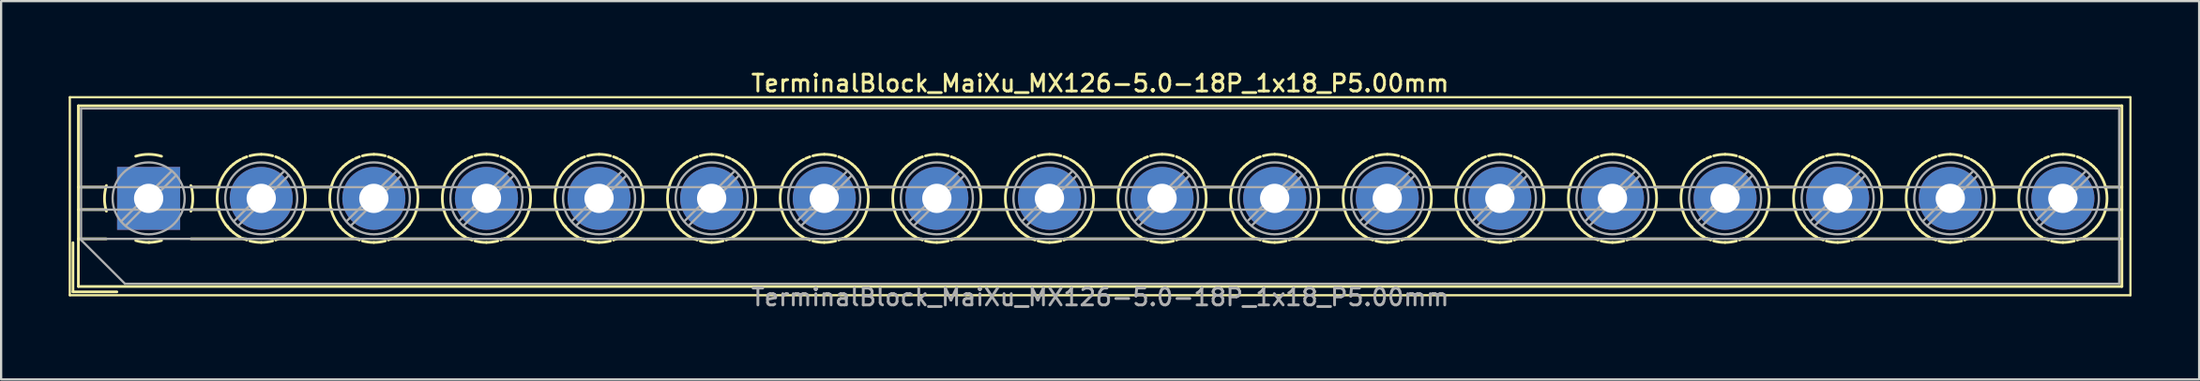
<source format=kicad_pcb>
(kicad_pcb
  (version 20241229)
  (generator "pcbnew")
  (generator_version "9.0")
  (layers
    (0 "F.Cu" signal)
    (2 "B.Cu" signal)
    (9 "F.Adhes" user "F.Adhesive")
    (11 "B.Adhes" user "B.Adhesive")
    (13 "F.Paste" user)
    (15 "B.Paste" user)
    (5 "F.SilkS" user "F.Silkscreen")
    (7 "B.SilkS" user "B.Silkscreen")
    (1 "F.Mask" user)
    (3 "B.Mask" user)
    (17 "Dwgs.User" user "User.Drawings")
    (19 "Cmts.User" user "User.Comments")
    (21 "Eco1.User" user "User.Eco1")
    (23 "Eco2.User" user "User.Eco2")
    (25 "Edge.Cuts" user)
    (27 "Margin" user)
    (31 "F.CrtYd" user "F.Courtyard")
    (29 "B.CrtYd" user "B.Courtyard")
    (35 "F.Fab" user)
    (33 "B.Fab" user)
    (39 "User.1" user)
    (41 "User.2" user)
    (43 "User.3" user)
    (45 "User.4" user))
  (footprint "TerminalBlock_MaiXu_MX126-5.0-18P_1x18_P5.00mm"
    (layer "F.Cu")
    (at 3.55 5.778)
    (property "Reference" "TerminalBlock_MaiXu_MX126-5.0-18P_1x18_P5.00mm" (at 42.25 -5.12 0) (layer "F.SilkS") (effects (font (size 0.75 0.75) (thickness 0.125))))
    (attr through_hole)
    (fp_line (start -3.5 -4.5) (end -3.5 4.31) (stroke (width 0.1) (type solid)) (layer "F.SilkS"))
    (fp_line (start -3.5 4.31) (end 88 4.31) (stroke (width 0.1) (type solid)) (layer "F.SilkS"))
    (fp_line (start -3.36 1.97) (end -3.36 4.16) (stroke (width 0.12) (type solid)) (layer "F.SilkS"))
    (fp_line (start -3.36 4.16) (end -1.41 4.16) (stroke (width 0.12) (type solid)) (layer "F.SilkS"))
    (fp_line (start -3.12 -4.12) (end -3.12 3.92) (stroke (width 0.12) (type solid)) (layer "F.SilkS"))
    (fp_line (start -3.12 -4.12) (end 87.62 -4.12) (stroke (width 0.12) (type solid)) (layer "F.SilkS"))
    (fp_line (start -3.12 -0.5) (end -1.88 -0.5) (stroke (width 0.12) (type solid)) (layer "F.SilkS"))
    (fp_line (start -3.12 0.5) (end -1.88 0.5) (stroke (width 0.12) (type solid)) (layer "F.SilkS"))
    (fp_line (start -3.12 1.8) (end -1.88 1.8) (stroke (width 0.12) (type solid)) (layer "F.SilkS"))
    (fp_line (start -3.12 3.92) (end 87.62 3.92) (stroke (width 0.12) (type solid)) (layer "F.SilkS"))
    (fp_line (start 1.88 -0.5) (end 3.165 -0.5) (stroke (width 0.12) (type solid)) (layer "F.SilkS"))
    (fp_line (start 1.88 0.5) (end 3.165 0.5) (stroke (width 0.12) (type solid)) (layer "F.SilkS"))
    (fp_line (start 1.88 1.8) (end 4.331 1.8) (stroke (width 0.12) (type solid)) (layer "F.SilkS"))
    (fp_line (start 3.514 1.248) (end 3.514 1.248) (stroke (width 0.12) (type solid)) (layer "F.SilkS"))
    (fp_line (start 5.67 1.8) (end 9.331 1.8) (stroke (width 0.12) (type solid)) (layer "F.SilkS"))
    (fp_line (start 6.487 -1.248) (end 6.487 -1.248) (stroke (width 0.12) (type solid)) (layer "F.SilkS"))
    (fp_line (start 6.836 -0.5) (end 8.165 -0.5) (stroke (width 0.12) (type solid)) (layer "F.SilkS"))
    (fp_line (start 6.836 0.5) (end 8.165 0.5) (stroke (width 0.12) (type solid)) (layer "F.SilkS"))
    (fp_line (start 8.514 1.248) (end 8.514 1.248) (stroke (width 0.12) (type solid)) (layer "F.SilkS"))
    (fp_line (start 10.67 1.8) (end 14.331 1.8) (stroke (width 0.12) (type solid)) (layer "F.SilkS"))
    (fp_line (start 11.487 -1.248) (end 11.487 -1.248) (stroke (width 0.12) (type solid)) (layer "F.SilkS"))
    (fp_line (start 11.836 -0.5) (end 13.165 -0.5) (stroke (width 0.12) (type solid)) (layer "F.SilkS"))
    (fp_line (start 11.836 0.5) (end 13.165 0.5) (stroke (width 0.12) (type solid)) (layer "F.SilkS"))
    (fp_line (start 13.514 1.248) (end 13.514 1.248) (stroke (width 0.12) (type solid)) (layer "F.SilkS"))
    (fp_line (start 15.67 1.8) (end 19.331 1.8) (stroke (width 0.12) (type solid)) (layer "F.SilkS"))
    (fp_line (start 16.487 -1.248) (end 16.487 -1.248) (stroke (width 0.12) (type solid)) (layer "F.SilkS"))
    (fp_line (start 16.836 -0.5) (end 18.165 -0.5) (stroke (width 0.12) (type solid)) (layer "F.SilkS"))
    (fp_line (start 16.836 0.5) (end 18.165 0.5) (stroke (width 0.12) (type solid)) (layer "F.SilkS"))
    (fp_line (start 18.514 1.248) (end 18.514 1.248) (stroke (width 0.12) (type solid)) (layer "F.SilkS"))
    (fp_line (start 20.67 1.8) (end 24.331 1.8) (stroke (width 0.12) (type solid)) (layer "F.SilkS"))
    (fp_line (start 21.487 -1.248) (end 21.487 -1.248) (stroke (width 0.12) (type solid)) (layer "F.SilkS"))
    (fp_line (start 21.836 -0.5) (end 23.165 -0.5) (stroke (width 0.12) (type solid)) (layer "F.SilkS"))
    (fp_line (start 21.836 0.5) (end 23.165 0.5) (stroke (width 0.12) (type solid)) (layer "F.SilkS"))
    (fp_line (start 23.514 1.248) (end 23.514 1.248) (stroke (width 0.12) (type solid)) (layer "F.SilkS"))
    (fp_line (start 25.67 1.8) (end 29.331 1.8) (stroke (width 0.12) (type solid)) (layer "F.SilkS"))
    (fp_line (start 26.487 -1.248) (end 26.487 -1.248) (stroke (width 0.12) (type solid)) (layer "F.SilkS"))
    (fp_line (start 26.836 -0.5) (end 28.165 -0.5) (stroke (width 0.12) (type solid)) (layer "F.SilkS"))
    (fp_line (start 26.836 0.5) (end 28.165 0.5) (stroke (width 0.12) (type solid)) (layer "F.SilkS"))
    (fp_line (start 28.514 1.248) (end 28.514 1.248) (stroke (width 0.12) (type solid)) (layer "F.SilkS"))
    (fp_line (start 30.67 1.8) (end 34.331 1.8) (stroke (width 0.12) (type solid)) (layer "F.SilkS"))
    (fp_line (start 31.487 -1.248) (end 31.487 -1.248) (stroke (width 0.12) (type solid)) (layer "F.SilkS"))
    (fp_line (start 31.836 -0.5) (end 33.165 -0.5) (stroke (width 0.12) (type solid)) (layer "F.SilkS"))
    (fp_line (start 31.836 0.5) (end 33.165 0.5) (stroke (width 0.12) (type solid)) (layer "F.SilkS"))
    (fp_line (start 33.514 1.248) (end 33.514 1.248) (stroke (width 0.12) (type solid)) (layer "F.SilkS"))
    (fp_line (start 35.67 1.8) (end 39.331 1.8) (stroke (width 0.12) (type solid)) (layer "F.SilkS"))
    (fp_line (start 36.487 -1.248) (end 36.487 -1.248) (stroke (width 0.12) (type solid)) (layer "F.SilkS"))
    (fp_line (start 36.836 -0.5) (end 38.165 -0.5) (stroke (width 0.12) (type solid)) (layer "F.SilkS"))
    (fp_line (start 36.836 0.5) (end 38.165 0.5) (stroke (width 0.12) (type solid)) (layer "F.SilkS"))
    (fp_line (start 38.514 1.248) (end 38.514 1.248) (stroke (width 0.12) (type solid)) (layer "F.SilkS"))
    (fp_line (start 40.67 1.8) (end 44.331 1.8) (stroke (width 0.12) (type solid)) (layer "F.SilkS"))
    (fp_line (start 41.487 -1.248) (end 41.487 -1.248) (stroke (width 0.12) (type solid)) (layer "F.SilkS"))
    (fp_line (start 41.836 -0.5) (end 43.165 -0.5) (stroke (width 0.12) (type solid)) (layer "F.SilkS"))
    (fp_line (start 41.836 0.5) (end 43.165 0.5) (stroke (width 0.12) (type solid)) (layer "F.SilkS"))
    (fp_line (start 43.514 1.248) (end 43.514 1.248) (stroke (width 0.12) (type solid)) (layer "F.SilkS"))
    (fp_line (start 45.67 1.8) (end 49.331 1.8) (stroke (width 0.12) (type solid)) (layer "F.SilkS"))
    (fp_line (start 46.487 -1.248) (end 46.487 -1.248) (stroke (width 0.12) (type solid)) (layer "F.SilkS"))
    (fp_line (start 46.836 -0.5) (end 48.165 -0.5) (stroke (width 0.12) (type solid)) (layer "F.SilkS"))
    (fp_line (start 46.836 0.5) (end 48.165 0.5) (stroke (width 0.12) (type solid)) (layer "F.SilkS"))
    (fp_line (start 48.514 1.248) (end 48.514 1.248) (stroke (width 0.12) (type solid)) (layer "F.SilkS"))
    (fp_line (start 50.67 1.8) (end 54.331 1.8) (stroke (width 0.12) (type solid)) (layer "F.SilkS"))
    (fp_line (start 51.487 -1.248) (end 51.487 -1.248) (stroke (width 0.12) (type solid)) (layer "F.SilkS"))
    (fp_line (start 51.836 -0.5) (end 53.165 -0.5) (stroke (width 0.12) (type solid)) (layer "F.SilkS"))
    (fp_line (start 51.836 0.5) (end 53.165 0.5) (stroke (width 0.12) (type solid)) (layer "F.SilkS"))
    (fp_line (start 53.514 1.248) (end 53.514 1.248) (stroke (width 0.12) (type solid)) (layer "F.SilkS"))
    (fp_line (start 55.67 1.8) (end 59.331 1.8) (stroke (width 0.12) (type solid)) (layer "F.SilkS"))
    (fp_line (start 56.487 -1.248) (end 56.487 -1.248) (stroke (width 0.12) (type solid)) (layer "F.SilkS"))
    (fp_line (start 56.836 -0.5) (end 58.165 -0.5) (stroke (width 0.12) (type solid)) (layer "F.SilkS"))
    (fp_line (start 56.836 0.5) (end 58.165 0.5) (stroke (width 0.12) (type solid)) (layer "F.SilkS"))
    (fp_line (start 58.514 1.248) (end 58.514 1.248) (stroke (width 0.12) (type solid)) (layer "F.SilkS"))
    (fp_line (start 60.67 1.8) (end 64.331 1.8) (stroke (width 0.12) (type solid)) (layer "F.SilkS"))
    (fp_line (start 61.487 -1.248) (end 61.487 -1.248) (stroke (width 0.12) (type solid)) (layer "F.SilkS"))
    (fp_line (start 61.836 -0.5) (end 63.165 -0.5) (stroke (width 0.12) (type solid)) (layer "F.SilkS"))
    (fp_line (start 61.836 0.5) (end 63.165 0.5) (stroke (width 0.12) (type solid)) (layer "F.SilkS"))
    (fp_line (start 63.514 1.248) (end 63.514 1.248) (stroke (width 0.12) (type solid)) (layer "F.SilkS"))
    (fp_line (start 65.67 1.8) (end 69.331 1.8) (stroke (width 0.12) (type solid)) (layer "F.SilkS"))
    (fp_line (start 66.487 -1.248) (end 66.487 -1.248) (stroke (width 0.12) (type solid)) (layer "F.SilkS"))
    (fp_line (start 66.836 -0.5) (end 68.165 -0.5) (stroke (width 0.12) (type solid)) (layer "F.SilkS"))
    (fp_line (start 66.836 0.5) (end 68.165 0.5) (stroke (width 0.12) (type solid)) (layer "F.SilkS"))
    (fp_line (start 68.514 1.248) (end 68.514 1.248) (stroke (width 0.12) (type solid)) (layer "F.SilkS"))
    (fp_line (start 70.67 1.8) (end 74.331 1.8) (stroke (width 0.12) (type solid)) (layer "F.SilkS"))
    (fp_line (start 71.487 -1.248) (end 71.487 -1.248) (stroke (width 0.12) (type solid)) (layer "F.SilkS"))
    (fp_line (start 71.836 -0.5) (end 73.165 -0.5) (stroke (width 0.12) (type solid)) (layer "F.SilkS"))
    (fp_line (start 71.836 0.5) (end 73.165 0.5) (stroke (width 0.12) (type solid)) (layer "F.SilkS"))
    (fp_line (start 73.514 1.248) (end 73.514 1.248) (stroke (width 0.12) (type solid)) (layer "F.SilkS"))
    (fp_line (start 75.67 1.8) (end 79.331 1.8) (stroke (width 0.12) (type solid)) (layer "F.SilkS"))
    (fp_line (start 76.487 -1.248) (end 76.487 -1.248) (stroke (width 0.12) (type solid)) (layer "F.SilkS"))
    (fp_line (start 76.836 -0.5) (end 78.165 -0.5) (stroke (width 0.12) (type solid)) (layer "F.SilkS"))
    (fp_line (start 76.836 0.5) (end 78.165 0.5) (stroke (width 0.12) (type solid)) (layer "F.SilkS"))
    (fp_line (start 78.514 1.248) (end 78.514 1.248) (stroke (width 0.12) (type solid)) (layer "F.SilkS"))
    (fp_line (start 80.67 1.8) (end 84.331 1.8) (stroke (width 0.12) (type solid)) (layer "F.SilkS"))
    (fp_line (start 81.487 -1.248) (end 81.487 -1.248) (stroke (width 0.12) (type solid)) (layer "F.SilkS"))
    (fp_line (start 81.836 -0.5) (end 83.165 -0.5) (stroke (width 0.12) (type solid)) (layer "F.SilkS"))
    (fp_line (start 81.836 0.5) (end 83.165 0.5) (stroke (width 0.12) (type solid)) (layer "F.SilkS"))
    (fp_line (start 83.514 1.248) (end 83.514 1.248) (stroke (width 0.12) (type solid)) (layer "F.SilkS"))
    (fp_line (start 85.67 1.8) (end 87.62 1.8) (stroke (width 0.12) (type solid)) (layer "F.SilkS"))
    (fp_line (start 86.487 -1.248) (end 86.487 -1.248) (stroke (width 0.12) (type solid)) (layer "F.SilkS"))
    (fp_line (start 86.836 -0.5) (end 87.62 -0.5) (stroke (width 0.12) (type solid)) (layer "F.SilkS"))
    (fp_line (start 86.836 0.5) (end 87.62 0.5) (stroke (width 0.12) (type solid)) (layer "F.SilkS"))
    (fp_line (start 87.62 -4.12) (end 87.62 3.92) (stroke (width 0.12) (type solid)) (layer "F.SilkS"))
    (fp_line (start 88 -4.5) (end -3.5 -4.5) (stroke (width 0.1) (type solid)) (layer "F.SilkS"))
    (fp_line (start 88 4.31) (end 88 -4.5) (stroke (width 0.1) (type solid)) (layer "F.SilkS"))
    (fp_arc (start -1.875422 0.572619) (mid -1.960893 -0.000722) (end -1.875 -0.574) (stroke (width 0.12) (type solid)) (layer "F.SilkS"))
    (fp_arc (start -0.572619 -1.875422) (mid 0.000722 -1.960893) (end 0.574 -1.875) (stroke (width 0.12) (type solid)) (layer "F.SilkS"))
    (fp_arc (start 0.0335 1.960607) (mid -0.273618 1.941709) (end -0.574 1.875) (stroke (width 0.12) (type solid)) (layer "F.SilkS"))
    (fp_arc (start 0.573049 1.874357) (mid 0.289706 1.938471) (end 0 1.96) (stroke (width 0.12) (type solid)) (layer "F.SilkS"))
    (fp_arc (start 1.875422 -0.572619) (mid 1.960893 0.000722) (end 1.875 0.574) (stroke (width 0.12) (type solid)) (layer "F.SilkS"))
    (fp_arc (start 3.434339 1.179122) (mid 3.039994 -0.000549) (end 3.435 -1.18) (stroke (width 0.12) (type solid)) (layer "F.SilkS"))
    (fp_arc (start 3.434826 -1.180695) (mid 3.476985 -1.2346) (end 3.521 -1.287) (stroke (width 0.12) (type solid)) (layer "F.SilkS"))
    (fp_arc (start 3.521125 1.286294) (mid 3.477135 1.233899) (end 3.435 1.18) (stroke (width 0.12) (type solid)) (layer "F.SilkS"))
    (fp_arc (start 3.521202 -1.287012) (mid 3.578748 -1.350291) (end 3.639 -1.411) (stroke (width 0.12) (type solid)) (layer "F.SilkS"))
    (fp_arc (start 3.63871 1.41001) (mid 3.578502 1.349289) (end 3.521 1.286) (stroke (width 0.12) (type solid)) (layer "F.SilkS"))
    (fp_arc (start 3.638867 -1.410738) (mid 3.701698 -1.468767) (end 3.767 -1.524) (stroke (width 0.12) (type solid)) (layer "F.SilkS"))
    (fp_arc (start 3.767069 1.523253) (mid 3.701799 1.468024) (end 3.639 1.41) (stroke (width 0.12) (type solid)) (layer "F.SilkS"))
    (fp_arc (start 3.767452 -1.524377) (mid 3.835117 -1.576689) (end 3.905 -1.626) (stroke (width 0.12) (type solid)) (layer "F.SilkS"))
    (fp_arc (start 3.904517 1.625664) (mid 3.834649 1.576332) (end 3.767 1.524) (stroke (width 0.12) (type solid)) (layer "F.SilkS"))
    (fp_arc (start 3.93363 -1.644317) (mid 4.00637 -1.689266) (end 4.081 -1.731) (stroke (width 0.12) (type solid)) (layer "F.SilkS"))
    (fp_arc (start 4.080344 1.730739) (mid 4.005726 1.688977) (end 3.933 1.644) (stroke (width 0.12) (type solid)) (layer "F.SilkS"))
    (fp_arc (start 4.172694 -1.777259) (mid 4.266842 -1.818121) (end 4.363 -1.854) (stroke (width 0.12) (type solid)) (layer "F.SilkS"))
    (fp_arc (start 4.362283 1.853815) (mid 4.266136 1.817899) (end 4.172 1.777) (stroke (width 0.12) (type solid)) (layer "F.SilkS"))
    (fp_arc (start 4.493681 -1.893473) (mid 4.74516 -1.943362) (end 5.001 -1.96) (stroke (width 0.12) (type solid)) (layer "F.SilkS"))
    (fp_arc (start 5.000479 1.960685) (mid 4.744554 1.943973) (end 4.493 1.894) (stroke (width 0.12) (type solid)) (layer "F.SilkS"))
    (fp_arc (start 5.000487 -1.960944) (mid 5.256437 -1.944104) (end 5.508 -1.894) (stroke (width 0.12) (type solid)) (layer "F.SilkS"))
    (fp_arc (start 5.507285 1.893215) (mid 5.255831 1.943232) (end 5 1.96) (stroke (width 0.12) (type solid)) (layer "F.SilkS"))
    (fp_arc (start 5.638712 -1.85392) (mid 5.734863 -1.817951) (end 5.829 -1.777) (stroke (width 0.12) (type solid)) (layer "F.SilkS"))
    (fp_arc (start 5.829295 1.77705) (mid 5.735155 1.818016) (end 5.639 1.854) (stroke (width 0.12) (type solid)) (layer "F.SilkS"))
    (fp_arc (start 5.920652 -1.730826) (mid 5.995273 -1.689021) (end 6.068 -1.644) (stroke (width 0.12) (type solid)) (layer "F.SilkS"))
    (fp_arc (start 6.068362 1.644143) (mid 5.995629 1.689179) (end 5.921 1.731) (stroke (width 0.12) (type solid)) (layer "F.SilkS"))
    (fp_arc (start 6.096479 -1.625751) (mid 6.16635 -1.576376) (end 6.234 -1.524) (stroke (width 0.12) (type solid)) (layer "F.SilkS"))
    (fp_arc (start 6.233457 1.523294) (mid 6.165838 1.575647) (end 6.096 1.625) (stroke (width 0.12) (type solid)) (layer "F.SilkS"))
    (fp_arc (start 6.233928 -1.523341) (mid 6.2992 -1.468068) (end 6.362 -1.41) (stroke (width 0.12) (type solid)) (layer "F.SilkS"))
    (fp_arc (start 6.36213 1.410651) (mid 6.299301 1.468723) (end 6.234 1.524) (stroke (width 0.12) (type solid)) (layer "F.SilkS"))
    (fp_arc (start 6.362286 -1.410097) (mid 6.422497 -1.349333) (end 6.48 -1.286) (stroke (width 0.12) (type solid)) (layer "F.SilkS"))
    (fp_arc (start 6.479707 1.285928) (mid 6.422207 1.349248) (end 6.362 1.41) (stroke (width 0.12) (type solid)) (layer "F.SilkS"))
    (fp_arc (start 6.479873 -1.286364) (mid 6.523865 -1.233934) (end 6.566 -1.18) (stroke (width 0.12) (type solid)) (layer "F.SilkS"))
    (fp_arc (start 6.565937 -1.180084) (mid 6.960805 -0.000052) (end 6.566 1.18) (stroke (width 0.12) (type solid)) (layer "F.SilkS"))
    (fp_arc (start 6.566102 1.179628) (mid 6.523979 1.233565) (end 6.48 1.286) (stroke (width 0.12) (type solid)) (layer "F.SilkS"))
    (fp_arc (start 8.434339 1.179122) (mid 8.039994 -0.000549) (end 8.435 -1.18) (stroke (width 0.12) (type solid)) (layer "F.SilkS"))
    (fp_arc (start 8.434826 -1.180695) (mid 8.476985 -1.2346) (end 8.521 -1.287) (stroke (width 0.12) (type solid)) (layer "F.SilkS"))
    (fp_arc (start 8.521125 1.286294) (mid 8.477135 1.233899) (end 8.435 1.18) (stroke (width 0.12) (type solid)) (layer "F.SilkS"))
    (fp_arc (start 8.521202 -1.287012) (mid 8.578748 -1.350291) (end 8.639 -1.411) (stroke (width 0.12) (type solid)) (layer "F.SilkS"))
    (fp_arc (start 8.63871 1.41001) (mid 8.578502 1.349289) (end 8.521 1.286) (stroke (width 0.12) (type solid)) (layer "F.SilkS"))
    (fp_arc (start 8.638867 -1.410738) (mid 8.701698 -1.468767) (end 8.767 -1.524) (stroke (width 0.12) (type solid)) (layer "F.SilkS"))
    (fp_arc (start 8.767069 1.523253) (mid 8.701799 1.468024) (end 8.639 1.41) (stroke (width 0.12) (type solid)) (layer "F.SilkS"))
    (fp_arc (start 8.767452 -1.524377) (mid 8.835117 -1.576689) (end 8.905 -1.626) (stroke (width 0.12) (type solid)) (layer "F.SilkS"))
    (fp_arc (start 8.904517 1.625664) (mid 8.834649 1.576332) (end 8.767 1.524) (stroke (width 0.12) (type solid)) (layer "F.SilkS"))
    (fp_arc (start 8.93363 -1.644317) (mid 9.00637 -1.689266) (end 9.081 -1.731) (stroke (width 0.12) (type solid)) (layer "F.SilkS"))
    (fp_arc (start 9.080344 1.730739) (mid 9.005726 1.688977) (end 8.933 1.644) (stroke (width 0.12) (type solid)) (layer "F.SilkS"))
    (fp_arc (start 9.172694 -1.777259) (mid 9.266842 -1.818121) (end 9.363 -1.854) (stroke (width 0.12) (type solid)) (layer "F.SilkS"))
    (fp_arc (start 9.362283 1.853815) (mid 9.266136 1.817899) (end 9.172 1.777) (stroke (width 0.12) (type solid)) (layer "F.SilkS"))
    (fp_arc (start 9.493681 -1.893473) (mid 9.74516 -1.943362) (end 10.001 -1.96) (stroke (width 0.12) (type solid)) (layer "F.SilkS"))
    (fp_arc (start 10.000479 1.960685) (mid 9.744554 1.943973) (end 9.493 1.894) (stroke (width 0.12) (type solid)) (layer "F.SilkS"))
    (fp_arc (start 10.000487 -1.960944) (mid 10.256437 -1.944104) (end 10.508 -1.894) (stroke (width 0.12) (type solid)) (layer "F.SilkS"))
    (fp_arc (start 10.507285 1.893215) (mid 10.255831 1.943232) (end 10 1.96) (stroke (width 0.12) (type solid)) (layer "F.SilkS"))
    (fp_arc (start 10.638712 -1.85392) (mid 10.734863 -1.817951) (end 10.829 -1.777) (stroke (width 0.12) (type solid)) (layer "F.SilkS"))
    (fp_arc (start 10.829295 1.77705) (mid 10.735155 1.818016) (end 10.639 1.854) (stroke (width 0.12) (type solid)) (layer "F.SilkS"))
    (fp_arc (start 10.920652 -1.730826) (mid 10.995273 -1.689021) (end 11.068 -1.644) (stroke (width 0.12) (type solid)) (layer "F.SilkS"))
    (fp_arc (start 11.068362 1.644143) (mid 10.995629 1.689179) (end 10.921 1.731) (stroke (width 0.12) (type solid)) (layer "F.SilkS"))
    (fp_arc (start 11.096479 -1.625751) (mid 11.16635 -1.576376) (end 11.234 -1.524) (stroke (width 0.12) (type solid)) (layer "F.SilkS"))
    (fp_arc (start 11.233457 1.523294) (mid 11.165838 1.575647) (end 11.096 1.625) (stroke (width 0.12) (type solid)) (layer "F.SilkS"))
    (fp_arc (start 11.233928 -1.523341) (mid 11.2992 -1.468068) (end 11.362 -1.41) (stroke (width 0.12) (type solid)) (layer "F.SilkS"))
    (fp_arc (start 11.36213 1.410651) (mid 11.299301 1.468723) (end 11.234 1.524) (stroke (width 0.12) (type solid)) (layer "F.SilkS"))
    (fp_arc (start 11.362286 -1.410097) (mid 11.422497 -1.349333) (end 11.48 -1.286) (stroke (width 0.12) (type solid)) (layer "F.SilkS"))
    (fp_arc (start 11.479707 1.285928) (mid 11.422207 1.349248) (end 11.362 1.41) (stroke (width 0.12) (type solid)) (layer "F.SilkS"))
    (fp_arc (start 11.479873 -1.286364) (mid 11.523865 -1.233934) (end 11.566 -1.18) (stroke (width 0.12) (type solid)) (layer "F.SilkS"))
    (fp_arc (start 11.565937 -1.180084) (mid 11.960805 -0.000052) (end 11.566 1.18) (stroke (width 0.12) (type solid)) (layer "F.SilkS"))
    (fp_arc (start 11.566102 1.179628) (mid 11.523979 1.233565) (end 11.48 1.286) (stroke (width 0.12) (type solid)) (layer "F.SilkS"))
    (fp_arc (start 13.434339 1.179122) (mid 13.039994 -0.000549) (end 13.435 -1.18) (stroke (width 0.12) (type solid)) (layer "F.SilkS"))
    (fp_arc (start 13.434826 -1.180695) (mid 13.476985 -1.2346) (end 13.521 -1.287) (stroke (width 0.12) (type solid)) (layer "F.SilkS"))
    (fp_arc (start 13.521125 1.286294) (mid 13.477135 1.233899) (end 13.435 1.18) (stroke (width 0.12) (type solid)) (layer "F.SilkS"))
    (fp_arc (start 13.521202 -1.287012) (mid 13.578748 -1.350291) (end 13.639 -1.411) (stroke (width 0.12) (type solid)) (layer "F.SilkS"))
    (fp_arc (start 13.63871 1.41001) (mid 13.578502 1.349289) (end 13.521 1.286) (stroke (width 0.12) (type solid)) (layer "F.SilkS"))
    (fp_arc (start 13.638867 -1.410738) (mid 13.701698 -1.468767) (end 13.767 -1.524) (stroke (width 0.12) (type solid)) (layer "F.SilkS"))
    (fp_arc (start 13.767069 1.523253) (mid 13.701799 1.468024) (end 13.639 1.41) (stroke (width 0.12) (type solid)) (layer "F.SilkS"))
    (fp_arc (start 13.767452 -1.524377) (mid 13.835117 -1.576689) (end 13.905 -1.626) (stroke (width 0.12) (type solid)) (layer "F.SilkS"))
    (fp_arc (start 13.904517 1.625664) (mid 13.834649 1.576332) (end 13.767 1.524) (stroke (width 0.12) (type solid)) (layer "F.SilkS"))
    (fp_arc (start 13.93363 -1.644317) (mid 14.00637 -1.689266) (end 14.081 -1.731) (stroke (width 0.12) (type solid)) (layer "F.SilkS"))
    (fp_arc (start 14.080344 1.730739) (mid 14.005726 1.688977) (end 13.933 1.644) (stroke (width 0.12) (type solid)) (layer "F.SilkS"))
    (fp_arc (start 14.172694 -1.777259) (mid 14.266842 -1.818121) (end 14.363 -1.854) (stroke (width 0.12) (type solid)) (layer "F.SilkS"))
    (fp_arc (start 14.362283 1.853815) (mid 14.266136 1.817899) (end 14.172 1.777) (stroke (width 0.12) (type solid)) (layer "F.SilkS"))
    (fp_arc (start 14.493681 -1.893473) (mid 14.74516 -1.943362) (end 15.001 -1.96) (stroke (width 0.12) (type solid)) (layer "F.SilkS"))
    (fp_arc (start 15.000479 1.960685) (mid 14.744554 1.943973) (end 14.493 1.894) (stroke (width 0.12) (type solid)) (layer "F.SilkS"))
    (fp_arc (start 15.000487 -1.960944) (mid 15.256437 -1.944104) (end 15.508 -1.894) (stroke (width 0.12) (type solid)) (layer "F.SilkS"))
    (fp_arc (start 15.507285 1.893215) (mid 15.255831 1.943232) (end 15 1.96) (stroke (width 0.12) (type solid)) (layer "F.SilkS"))
    (fp_arc (start 15.638712 -1.85392) (mid 15.734863 -1.817951) (end 15.829 -1.777) (stroke (width 0.12) (type solid)) (layer "F.SilkS"))
    (fp_arc (start 15.829295 1.77705) (mid 15.735155 1.818016) (end 15.639 1.854) (stroke (width 0.12) (type solid)) (layer "F.SilkS"))
    (fp_arc (start 15.920652 -1.730826) (mid 15.995273 -1.689021) (end 16.068 -1.644) (stroke (width 0.12) (type solid)) (layer "F.SilkS"))
    (fp_arc (start 16.068362 1.644143) (mid 15.995629 1.689179) (end 15.921 1.731) (stroke (width 0.12) (type solid)) (layer "F.SilkS"))
    (fp_arc (start 16.096479 -1.625751) (mid 16.16635 -1.576376) (end 16.234 -1.524) (stroke (width 0.12) (type solid)) (layer "F.SilkS"))
    (fp_arc (start 16.233457 1.523294) (mid 16.165838 1.575647) (end 16.096 1.625) (stroke (width 0.12) (type solid)) (layer "F.SilkS"))
    (fp_arc (start 16.233928 -1.523341) (mid 16.2992 -1.468068) (end 16.362 -1.41) (stroke (width 0.12) (type solid)) (layer "F.SilkS"))
    (fp_arc (start 16.36213 1.410651) (mid 16.299301 1.468723) (end 16.234 1.524) (stroke (width 0.12) (type solid)) (layer "F.SilkS"))
    (fp_arc (start 16.362286 -1.410097) (mid 16.422497 -1.349333) (end 16.48 -1.286) (stroke (width 0.12) (type solid)) (layer "F.SilkS"))
    (fp_arc (start 16.479707 1.285928) (mid 16.422207 1.349248) (end 16.362 1.41) (stroke (width 0.12) (type solid)) (layer "F.SilkS"))
    (fp_arc (start 16.479873 -1.286364) (mid 16.523865 -1.233934) (end 16.566 -1.18) (stroke (width 0.12) (type solid)) (layer "F.SilkS"))
    (fp_arc (start 16.565937 -1.180084) (mid 16.960805 -0.000052) (end 16.566 1.18) (stroke (width 0.12) (type solid)) (layer "F.SilkS"))
    (fp_arc (start 16.566102 1.179628) (mid 16.523979 1.233565) (end 16.48 1.286) (stroke (width 0.12) (type solid)) (layer "F.SilkS"))
    (fp_arc (start 18.434339 1.179122) (mid 18.039994 -0.000549) (end 18.435 -1.18) (stroke (width 0.12) (type solid)) (layer "F.SilkS"))
    (fp_arc (start 18.434826 -1.180695) (mid 18.476985 -1.2346) (end 18.521 -1.287) (stroke (width 0.12) (type solid)) (layer "F.SilkS"))
    (fp_arc (start 18.521125 1.286294) (mid 18.477135 1.233899) (end 18.435 1.18) (stroke (width 0.12) (type solid)) (layer "F.SilkS"))
    (fp_arc (start 18.521202 -1.287012) (mid 18.578748 -1.350291) (end 18.639 -1.411) (stroke (width 0.12) (type solid)) (layer "F.SilkS"))
    (fp_arc (start 18.63871 1.41001) (mid 18.578502 1.349289) (end 18.521 1.286) (stroke (width 0.12) (type solid)) (layer "F.SilkS"))
    (fp_arc (start 18.638867 -1.410738) (mid 18.701698 -1.468767) (end 18.767 -1.524) (stroke (width 0.12) (type solid)) (layer "F.SilkS"))
    (fp_arc (start 18.767069 1.523253) (mid 18.701799 1.468024) (end 18.639 1.41) (stroke (width 0.12) (type solid)) (layer "F.SilkS"))
    (fp_arc (start 18.767452 -1.524377) (mid 18.835117 -1.576689) (end 18.905 -1.626) (stroke (width 0.12) (type solid)) (layer "F.SilkS"))
    (fp_arc (start 18.904517 1.625664) (mid 18.834649 1.576332) (end 18.767 1.524) (stroke (width 0.12) (type solid)) (layer "F.SilkS"))
    (fp_arc (start 18.93363 -1.644317) (mid 19.00637 -1.689266) (end 19.081 -1.731) (stroke (width 0.12) (type solid)) (layer "F.SilkS"))
    (fp_arc (start 19.080344 1.730739) (mid 19.005726 1.688977) (end 18.933 1.644) (stroke (width 0.12) (type solid)) (layer "F.SilkS"))
    (fp_arc (start 19.172694 -1.777259) (mid 19.266842 -1.818121) (end 19.363 -1.854) (stroke (width 0.12) (type solid)) (layer "F.SilkS"))
    (fp_arc (start 19.362283 1.853815) (mid 19.266136 1.817899) (end 19.172 1.777) (stroke (width 0.12) (type solid)) (layer "F.SilkS"))
    (fp_arc (start 19.493681 -1.893473) (mid 19.74516 -1.943362) (end 20.001 -1.96) (stroke (width 0.12) (type solid)) (layer "F.SilkS"))
    (fp_arc (start 20.000479 1.960685) (mid 19.744554 1.943973) (end 19.493 1.894) (stroke (width 0.12) (type solid)) (layer "F.SilkS"))
    (fp_arc (start 20.000487 -1.960944) (mid 20.256437 -1.944104) (end 20.508 -1.894) (stroke (width 0.12) (type solid)) (layer "F.SilkS"))
    (fp_arc (start 20.507285 1.893215) (mid 20.255831 1.943232) (end 20 1.96) (stroke (width 0.12) (type solid)) (layer "F.SilkS"))
    (fp_arc (start 20.638712 -1.85392) (mid 20.734863 -1.817951) (end 20.829 -1.777) (stroke (width 0.12) (type solid)) (layer "F.SilkS"))
    (fp_arc (start 20.829295 1.77705) (mid 20.735155 1.818016) (end 20.639 1.854) (stroke (width 0.12) (type solid)) (layer "F.SilkS"))
    (fp_arc (start 20.920652 -1.730826) (mid 20.995273 -1.689021) (end 21.068 -1.644) (stroke (width 0.12) (type solid)) (layer "F.SilkS"))
    (fp_arc (start 21.068362 1.644143) (mid 20.995629 1.689179) (end 20.921 1.731) (stroke (width 0.12) (type solid)) (layer "F.SilkS"))
    (fp_arc (start 21.096479 -1.625751) (mid 21.16635 -1.576376) (end 21.234 -1.524) (stroke (width 0.12) (type solid)) (layer "F.SilkS"))
    (fp_arc (start 21.233457 1.523294) (mid 21.165838 1.575647) (end 21.096 1.625) (stroke (width 0.12) (type solid)) (layer "F.SilkS"))
    (fp_arc (start 21.233928 -1.523341) (mid 21.2992 -1.468068) (end 21.362 -1.41) (stroke (width 0.12) (type solid)) (layer "F.SilkS"))
    (fp_arc (start 21.36213 1.410651) (mid 21.299301 1.468723) (end 21.234 1.524) (stroke (width 0.12) (type solid)) (layer "F.SilkS"))
    (fp_arc (start 21.362286 -1.410097) (mid 21.422497 -1.349333) (end 21.48 -1.286) (stroke (width 0.12) (type solid)) (layer "F.SilkS"))
    (fp_arc (start 21.479707 1.285928) (mid 21.422207 1.349248) (end 21.362 1.41) (stroke (width 0.12) (type solid)) (layer "F.SilkS"))
    (fp_arc (start 21.479873 -1.286364) (mid 21.523865 -1.233934) (end 21.566 -1.18) (stroke (width 0.12) (type solid)) (layer "F.SilkS"))
    (fp_arc (start 21.565937 -1.180084) (mid 21.960805 -0.000052) (end 21.566 1.18) (stroke (width 0.12) (type solid)) (layer "F.SilkS"))
    (fp_arc (start 21.566102 1.179628) (mid 21.523979 1.233565) (end 21.48 1.286) (stroke (width 0.12) (type solid)) (layer "F.SilkS"))
    (fp_arc (start 23.434339 1.179122) (mid 23.039994 -0.000549) (end 23.435 -1.18) (stroke (width 0.12) (type solid)) (layer "F.SilkS"))
    (fp_arc (start 23.434826 -1.180695) (mid 23.476985 -1.2346) (end 23.521 -1.287) (stroke (width 0.12) (type solid)) (layer "F.SilkS"))
    (fp_arc (start 23.521125 1.286294) (mid 23.477135 1.233899) (end 23.435 1.18) (stroke (width 0.12) (type solid)) (layer "F.SilkS"))
    (fp_arc (start 23.521202 -1.287012) (mid 23.578748 -1.350291) (end 23.639 -1.411) (stroke (width 0.12) (type solid)) (layer "F.SilkS"))
    (fp_arc (start 23.63871 1.41001) (mid 23.578502 1.349289) (end 23.521 1.286) (stroke (width 0.12) (type solid)) (layer "F.SilkS"))
    (fp_arc (start 23.638867 -1.410738) (mid 23.701698 -1.468767) (end 23.767 -1.524) (stroke (width 0.12) (type solid)) (layer "F.SilkS"))
    (fp_arc (start 23.767069 1.523253) (mid 23.701799 1.468024) (end 23.639 1.41) (stroke (width 0.12) (type solid)) (layer "F.SilkS"))
    (fp_arc (start 23.767452 -1.524377) (mid 23.835117 -1.576689) (end 23.905 -1.626) (stroke (width 0.12) (type solid)) (layer "F.SilkS"))
    (fp_arc (start 23.904517 1.625664) (mid 23.834649 1.576332) (end 23.767 1.524) (stroke (width 0.12) (type solid)) (layer "F.SilkS"))
    (fp_arc (start 23.93363 -1.644317) (mid 24.00637 -1.689266) (end 24.081 -1.731) (stroke (width 0.12) (type solid)) (layer "F.SilkS"))
    (fp_arc (start 24.080344 1.730739) (mid 24.005726 1.688977) (end 23.933 1.644) (stroke (width 0.12) (type solid)) (layer "F.SilkS"))
    (fp_arc (start 24.172694 -1.777259) (mid 24.266842 -1.818121) (end 24.363 -1.854) (stroke (width 0.12) (type solid)) (layer "F.SilkS"))
    (fp_arc (start 24.362283 1.853815) (mid 24.266136 1.817899) (end 24.172 1.777) (stroke (width 0.12) (type solid)) (layer "F.SilkS"))
    (fp_arc (start 24.493681 -1.893473) (mid 24.74516 -1.943362) (end 25.001 -1.96) (stroke (width 0.12) (type solid)) (layer "F.SilkS"))
    (fp_arc (start 25.000479 1.960685) (mid 24.744554 1.943973) (end 24.493 1.894) (stroke (width 0.12) (type solid)) (layer "F.SilkS"))
    (fp_arc (start 25.000487 -1.960944) (mid 25.256437 -1.944104) (end 25.508 -1.894) (stroke (width 0.12) (type solid)) (layer "F.SilkS"))
    (fp_arc (start 25.507285 1.893215) (mid 25.255831 1.943232) (end 25 1.96) (stroke (width 0.12) (type solid)) (layer "F.SilkS"))
    (fp_arc (start 25.638712 -1.85392) (mid 25.734863 -1.817951) (end 25.829 -1.777) (stroke (width 0.12) (type solid)) (layer "F.SilkS"))
    (fp_arc (start 25.829295 1.77705) (mid 25.735155 1.818016) (end 25.639 1.854) (stroke (width 0.12) (type solid)) (layer "F.SilkS"))
    (fp_arc (start 25.920652 -1.730826) (mid 25.995273 -1.689021) (end 26.068 -1.644) (stroke (width 0.12) (type solid)) (layer "F.SilkS"))
    (fp_arc (start 26.068362 1.644143) (mid 25.995629 1.689179) (end 25.921 1.731) (stroke (width 0.12) (type solid)) (layer "F.SilkS"))
    (fp_arc (start 26.096479 -1.625751) (mid 26.16635 -1.576376) (end 26.234 -1.524) (stroke (width 0.12) (type solid)) (layer "F.SilkS"))
    (fp_arc (start 26.233457 1.523294) (mid 26.165838 1.575647) (end 26.096 1.625) (stroke (width 0.12) (type solid)) (layer "F.SilkS"))
    (fp_arc (start 26.233928 -1.523341) (mid 26.2992 -1.468068) (end 26.362 -1.41) (stroke (width 0.12) (type solid)) (layer "F.SilkS"))
    (fp_arc (start 26.36213 1.410651) (mid 26.299301 1.468723) (end 26.234 1.524) (stroke (width 0.12) (type solid)) (layer "F.SilkS"))
    (fp_arc (start 26.362286 -1.410097) (mid 26.422497 -1.349333) (end 26.48 -1.286) (stroke (width 0.12) (type solid)) (layer "F.SilkS"))
    (fp_arc (start 26.479707 1.285928) (mid 26.422207 1.349248) (end 26.362 1.41) (stroke (width 0.12) (type solid)) (layer "F.SilkS"))
    (fp_arc (start 26.479873 -1.286364) (mid 26.523865 -1.233934) (end 26.566 -1.18) (stroke (width 0.12) (type solid)) (layer "F.SilkS"))
    (fp_arc (start 26.565937 -1.180084) (mid 26.960805 -0.000052) (end 26.566 1.18) (stroke (width 0.12) (type solid)) (layer "F.SilkS"))
    (fp_arc (start 26.566102 1.179628) (mid 26.523979 1.233565) (end 26.48 1.286) (stroke (width 0.12) (type solid)) (layer "F.SilkS"))
    (fp_arc (start 28.434339 1.179122) (mid 28.039994 -0.000549) (end 28.435 -1.18) (stroke (width 0.12) (type solid)) (layer "F.SilkS"))
    (fp_arc (start 28.434826 -1.180695) (mid 28.476985 -1.2346) (end 28.521 -1.287) (stroke (width 0.12) (type solid)) (layer "F.SilkS"))
    (fp_arc (start 28.521125 1.286294) (mid 28.477135 1.233899) (end 28.435 1.18) (stroke (width 0.12) (type solid)) (layer "F.SilkS"))
    (fp_arc (start 28.521202 -1.287012) (mid 28.578748 -1.350291) (end 28.639 -1.411) (stroke (width 0.12) (type solid)) (layer "F.SilkS"))
    (fp_arc (start 28.63871 1.41001) (mid 28.578502 1.349289) (end 28.521 1.286) (stroke (width 0.12) (type solid)) (layer "F.SilkS"))
    (fp_arc (start 28.638867 -1.410738) (mid 28.701698 -1.468767) (end 28.767 -1.524) (stroke (width 0.12) (type solid)) (layer "F.SilkS"))
    (fp_arc (start 28.767069 1.523253) (mid 28.701799 1.468024) (end 28.639 1.41) (stroke (width 0.12) (type solid)) (layer "F.SilkS"))
    (fp_arc (start 28.767452 -1.524377) (mid 28.835117 -1.576689) (end 28.905 -1.626) (stroke (width 0.12) (type solid)) (layer "F.SilkS"))
    (fp_arc (start 28.904517 1.625664) (mid 28.834649 1.576332) (end 28.767 1.524) (stroke (width 0.12) (type solid)) (layer "F.SilkS"))
    (fp_arc (start 28.93363 -1.644317) (mid 29.00637 -1.689266) (end 29.081 -1.731) (stroke (width 0.12) (type solid)) (layer "F.SilkS"))
    (fp_arc (start 29.080344 1.730739) (mid 29.005726 1.688977) (end 28.933 1.644) (stroke (width 0.12) (type solid)) (layer "F.SilkS"))
    (fp_arc (start 29.172694 -1.777259) (mid 29.266842 -1.818121) (end 29.363 -1.854) (stroke (width 0.12) (type solid)) (layer "F.SilkS"))
    (fp_arc (start 29.362283 1.853815) (mid 29.266136 1.817899) (end 29.172 1.777) (stroke (width 0.12) (type solid)) (layer "F.SilkS"))
    (fp_arc (start 29.493681 -1.893473) (mid 29.74516 -1.943362) (end 30.001 -1.96) (stroke (width 0.12) (type solid)) (layer "F.SilkS"))
    (fp_arc (start 30.000479 1.960685) (mid 29.744554 1.943973) (end 29.493 1.894) (stroke (width 0.12) (type solid)) (layer "F.SilkS"))
    (fp_arc (start 30.000487 -1.960944) (mid 30.256437 -1.944104) (end 30.508 -1.894) (stroke (width 0.12) (type solid)) (layer "F.SilkS"))
    (fp_arc (start 30.507285 1.893215) (mid 30.255831 1.943232) (end 30 1.96) (stroke (width 0.12) (type solid)) (layer "F.SilkS"))
    (fp_arc (start 30.638712 -1.85392) (mid 30.734863 -1.817951) (end 30.829 -1.777) (stroke (width 0.12) (type solid)) (layer "F.SilkS"))
    (fp_arc (start 30.829295 1.77705) (mid 30.735155 1.818016) (end 30.639 1.854) (stroke (width 0.12) (type solid)) (layer "F.SilkS"))
    (fp_arc (start 30.920652 -1.730826) (mid 30.995273 -1.689021) (end 31.068 -1.644) (stroke (width 0.12) (type solid)) (layer "F.SilkS"))
    (fp_arc (start 31.068362 1.644143) (mid 30.995629 1.689179) (end 30.921 1.731) (stroke (width 0.12) (type solid)) (layer "F.SilkS"))
    (fp_arc (start 31.096479 -1.625751) (mid 31.16635 -1.576376) (end 31.234 -1.524) (stroke (width 0.12) (type solid)) (layer "F.SilkS"))
    (fp_arc (start 31.233457 1.523294) (mid 31.165838 1.575647) (end 31.096 1.625) (stroke (width 0.12) (type solid)) (layer "F.SilkS"))
    (fp_arc (start 31.233928 -1.523341) (mid 31.2992 -1.468068) (end 31.362 -1.41) (stroke (width 0.12) (type solid)) (layer "F.SilkS"))
    (fp_arc (start 31.36213 1.410651) (mid 31.299301 1.468723) (end 31.234 1.524) (stroke (width 0.12) (type solid)) (layer "F.SilkS"))
    (fp_arc (start 31.362286 -1.410097) (mid 31.422497 -1.349333) (end 31.48 -1.286) (stroke (width 0.12) (type solid)) (layer "F.SilkS"))
    (fp_arc (start 31.479707 1.285928) (mid 31.422207 1.349248) (end 31.362 1.41) (stroke (width 0.12) (type solid)) (layer "F.SilkS"))
    (fp_arc (start 31.479873 -1.286364) (mid 31.523865 -1.233934) (end 31.566 -1.18) (stroke (width 0.12) (type solid)) (layer "F.SilkS"))
    (fp_arc (start 31.565937 -1.180084) (mid 31.960805 -0.000052) (end 31.566 1.18) (stroke (width 0.12) (type solid)) (layer "F.SilkS"))
    (fp_arc (start 31.566102 1.179628) (mid 31.523979 1.233565) (end 31.48 1.286) (stroke (width 0.12) (type solid)) (layer "F.SilkS"))
    (fp_arc (start 33.434339 1.179122) (mid 33.039994 -0.000549) (end 33.435 -1.18) (stroke (width 0.12) (type solid)) (layer "F.SilkS"))
    (fp_arc (start 33.434826 -1.180695) (mid 33.476985 -1.2346) (end 33.521 -1.287) (stroke (width 0.12) (type solid)) (layer "F.SilkS"))
    (fp_arc (start 33.521125 1.286294) (mid 33.477135 1.233899) (end 33.435 1.18) (stroke (width 0.12) (type solid)) (layer "F.SilkS"))
    (fp_arc (start 33.521202 -1.287012) (mid 33.578748 -1.350291) (end 33.639 -1.411) (stroke (width 0.12) (type solid)) (layer "F.SilkS"))
    (fp_arc (start 33.63871 1.41001) (mid 33.578502 1.349289) (end 33.521 1.286) (stroke (width 0.12) (type solid)) (layer "F.SilkS"))
    (fp_arc (start 33.638867 -1.410738) (mid 33.701698 -1.468767) (end 33.767 -1.524) (stroke (width 0.12) (type solid)) (layer "F.SilkS"))
    (fp_arc (start 33.767069 1.523253) (mid 33.701799 1.468024) (end 33.639 1.41) (stroke (width 0.12) (type solid)) (layer "F.SilkS"))
    (fp_arc (start 33.767452 -1.524377) (mid 33.835117 -1.576689) (end 33.905 -1.626) (stroke (width 0.12) (type solid)) (layer "F.SilkS"))
    (fp_arc (start 33.904517 1.625664) (mid 33.834649 1.576332) (end 33.767 1.524) (stroke (width 0.12) (type solid)) (layer "F.SilkS"))
    (fp_arc (start 33.93363 -1.644317) (mid 34.00637 -1.689266) (end 34.081 -1.731) (stroke (width 0.12) (type solid)) (layer "F.SilkS"))
    (fp_arc (start 34.080344 1.730739) (mid 34.005726 1.688977) (end 33.933 1.644) (stroke (width 0.12) (type solid)) (layer "F.SilkS"))
    (fp_arc (start 34.172694 -1.777259) (mid 34.266842 -1.818121) (end 34.363 -1.854) (stroke (width 0.12) (type solid)) (layer "F.SilkS"))
    (fp_arc (start 34.362283 1.853815) (mid 34.266136 1.817899) (end 34.172 1.777) (stroke (width 0.12) (type solid)) (layer "F.SilkS"))
    (fp_arc (start 34.493681 -1.893473) (mid 34.74516 -1.943362) (end 35.001 -1.96) (stroke (width 0.12) (type solid)) (layer "F.SilkS"))
    (fp_arc (start 35.000479 1.960685) (mid 34.744554 1.943973) (end 34.493 1.894) (stroke (width 0.12) (type solid)) (layer "F.SilkS"))
    (fp_arc (start 35.000487 -1.960944) (mid 35.256437 -1.944104) (end 35.508 -1.894) (stroke (width 0.12) (type solid)) (layer "F.SilkS"))
    (fp_arc (start 35.507285 1.893215) (mid 35.255831 1.943232) (end 35 1.96) (stroke (width 0.12) (type solid)) (layer "F.SilkS"))
    (fp_arc (start 35.638712 -1.85392) (mid 35.734863 -1.817951) (end 35.829 -1.777) (stroke (width 0.12) (type solid)) (layer "F.SilkS"))
    (fp_arc (start 35.829295 1.77705) (mid 35.735155 1.818016) (end 35.639 1.854) (stroke (width 0.12) (type solid)) (layer "F.SilkS"))
    (fp_arc (start 35.920652 -1.730826) (mid 35.995273 -1.689021) (end 36.068 -1.644) (stroke (width 0.12) (type solid)) (layer "F.SilkS"))
    (fp_arc (start 36.068362 1.644143) (mid 35.995629 1.689179) (end 35.921 1.731) (stroke (width 0.12) (type solid)) (layer "F.SilkS"))
    (fp_arc (start 36.096479 -1.625751) (mid 36.16635 -1.576376) (end 36.234 -1.524) (stroke (width 0.12) (type solid)) (layer "F.SilkS"))
    (fp_arc (start 36.233457 1.523294) (mid 36.165838 1.575647) (end 36.096 1.625) (stroke (width 0.12) (type solid)) (layer "F.SilkS"))
    (fp_arc (start 36.233928 -1.523341) (mid 36.2992 -1.468068) (end 36.362 -1.41) (stroke (width 0.12) (type solid)) (layer "F.SilkS"))
    (fp_arc (start 36.36213 1.410651) (mid 36.299301 1.468723) (end 36.234 1.524) (stroke (width 0.12) (type solid)) (layer "F.SilkS"))
    (fp_arc (start 36.362286 -1.410097) (mid 36.422497 -1.349333) (end 36.48 -1.286) (stroke (width 0.12) (type solid)) (layer "F.SilkS"))
    (fp_arc (start 36.479707 1.285928) (mid 36.422207 1.349248) (end 36.362 1.41) (stroke (width 0.12) (type solid)) (layer "F.SilkS"))
    (fp_arc (start 36.479873 -1.286364) (mid 36.523865 -1.233934) (end 36.566 -1.18) (stroke (width 0.12) (type solid)) (layer "F.SilkS"))
    (fp_arc (start 36.565937 -1.180084) (mid 36.960805 -0.000052) (end 36.566 1.18) (stroke (width 0.12) (type solid)) (layer "F.SilkS"))
    (fp_arc (start 36.566102 1.179628) (mid 36.523979 1.233565) (end 36.48 1.286) (stroke (width 0.12) (type solid)) (layer "F.SilkS"))
    (fp_arc (start 38.434339 1.179122) (mid 38.039994 -0.000549) (end 38.435 -1.18) (stroke (width 0.12) (type solid)) (layer "F.SilkS"))
    (fp_arc (start 38.434826 -1.180695) (mid 38.476985 -1.2346) (end 38.521 -1.287) (stroke (width 0.12) (type solid)) (layer "F.SilkS"))
    (fp_arc (start 38.521125 1.286294) (mid 38.477135 1.233899) (end 38.435 1.18) (stroke (width 0.12) (type solid)) (layer "F.SilkS"))
    (fp_arc (start 38.521202 -1.287012) (mid 38.578748 -1.350291) (end 38.639 -1.411) (stroke (width 0.12) (type solid)) (layer "F.SilkS"))
    (fp_arc (start 38.63871 1.41001) (mid 38.578502 1.349289) (end 38.521 1.286) (stroke (width 0.12) (type solid)) (layer "F.SilkS"))
    (fp_arc (start 38.638867 -1.410738) (mid 38.701698 -1.468767) (end 38.767 -1.524) (stroke (width 0.12) (type solid)) (layer "F.SilkS"))
    (fp_arc (start 38.767069 1.523253) (mid 38.701799 1.468024) (end 38.639 1.41) (stroke (width 0.12) (type solid)) (layer "F.SilkS"))
    (fp_arc (start 38.767452 -1.524377) (mid 38.835117 -1.576689) (end 38.905 -1.626) (stroke (width 0.12) (type solid)) (layer "F.SilkS"))
    (fp_arc (start 38.904517 1.625664) (mid 38.834649 1.576332) (end 38.767 1.524) (stroke (width 0.12) (type solid)) (layer "F.SilkS"))
    (fp_arc (start 38.93363 -1.644317) (mid 39.00637 -1.689266) (end 39.081 -1.731) (stroke (width 0.12) (type solid)) (layer "F.SilkS"))
    (fp_arc (start 39.080344 1.730739) (mid 39.005726 1.688977) (end 38.933 1.644) (stroke (width 0.12) (type solid)) (layer "F.SilkS"))
    (fp_arc (start 39.172694 -1.777259) (mid 39.266842 -1.818121) (end 39.363 -1.854) (stroke (width 0.12) (type solid)) (layer "F.SilkS"))
    (fp_arc (start 39.362283 1.853815) (mid 39.266136 1.817899) (end 39.172 1.777) (stroke (width 0.12) (type solid)) (layer "F.SilkS"))
    (fp_arc (start 39.493681 -1.893473) (mid 39.74516 -1.943362) (end 40.001 -1.96) (stroke (width 0.12) (type solid)) (layer "F.SilkS"))
    (fp_arc (start 40.000479 1.960685) (mid 39.744554 1.943973) (end 39.493 1.894) (stroke (width 0.12) (type solid)) (layer "F.SilkS"))
    (fp_arc (start 40.000487 -1.960944) (mid 40.256437 -1.944104) (end 40.508 -1.894) (stroke (width 0.12) (type solid)) (layer "F.SilkS"))
    (fp_arc (start 40.507285 1.893215) (mid 40.255831 1.943232) (end 40 1.96) (stroke (width 0.12) (type solid)) (layer "F.SilkS"))
    (fp_arc (start 40.638712 -1.85392) (mid 40.734863 -1.817951) (end 40.829 -1.777) (stroke (width 0.12) (type solid)) (layer "F.SilkS"))
    (fp_arc (start 40.829295 1.77705) (mid 40.735155 1.818016) (end 40.639 1.854) (stroke (width 0.12) (type solid)) (layer "F.SilkS"))
    (fp_arc (start 40.920652 -1.730826) (mid 40.995273 -1.689021) (end 41.068 -1.644) (stroke (width 0.12) (type solid)) (layer "F.SilkS"))
    (fp_arc (start 41.068362 1.644143) (mid 40.995629 1.689179) (end 40.921 1.731) (stroke (width 0.12) (type solid)) (layer "F.SilkS"))
    (fp_arc (start 41.096479 -1.625751) (mid 41.16635 -1.576376) (end 41.234 -1.524) (stroke (width 0.12) (type solid)) (layer "F.SilkS"))
    (fp_arc (start 41.233457 1.523294) (mid 41.165838 1.575647) (end 41.096 1.625) (stroke (width 0.12) (type solid)) (layer "F.SilkS"))
    (fp_arc (start 41.233928 -1.523341) (mid 41.2992 -1.468068) (end 41.362 -1.41) (stroke (width 0.12) (type solid)) (layer "F.SilkS"))
    (fp_arc (start 41.36213 1.410651) (mid 41.299301 1.468723) (end 41.234 1.524) (stroke (width 0.12) (type solid)) (layer "F.SilkS"))
    (fp_arc (start 41.362286 -1.410097) (mid 41.422497 -1.349333) (end 41.48 -1.286) (stroke (width 0.12) (type solid)) (layer "F.SilkS"))
    (fp_arc (start 41.479707 1.285928) (mid 41.422207 1.349248) (end 41.362 1.41) (stroke (width 0.12) (type solid)) (layer "F.SilkS"))
    (fp_arc (start 41.479873 -1.286364) (mid 41.523865 -1.233934) (end 41.566 -1.18) (stroke (width 0.12) (type solid)) (layer "F.SilkS"))
    (fp_arc (start 41.565937 -1.180084) (mid 41.960805 -0.000052) (end 41.566 1.18) (stroke (width 0.12) (type solid)) (layer "F.SilkS"))
    (fp_arc (start 41.566102 1.179628) (mid 41.523979 1.233565) (end 41.48 1.286) (stroke (width 0.12) (type solid)) (layer "F.SilkS"))
    (fp_arc (start 43.434339 1.179122) (mid 43.039994 -0.000549) (end 43.435 -1.18) (stroke (width 0.12) (type solid)) (layer "F.SilkS"))
    (fp_arc (start 43.434826 -1.180695) (mid 43.476985 -1.2346) (end 43.521 -1.287) (stroke (width 0.12) (type solid)) (layer "F.SilkS"))
    (fp_arc (start 43.521125 1.286294) (mid 43.477135 1.233899) (end 43.435 1.18) (stroke (width 0.12) (type solid)) (layer "F.SilkS"))
    (fp_arc (start 43.521202 -1.287012) (mid 43.578748 -1.350291) (end 43.639 -1.411) (stroke (width 0.12) (type solid)) (layer "F.SilkS"))
    (fp_arc (start 43.63871 1.41001) (mid 43.578502 1.349289) (end 43.521 1.286) (stroke (width 0.12) (type solid)) (layer "F.SilkS"))
    (fp_arc (start 43.638867 -1.410738) (mid 43.701698 -1.468767) (end 43.767 -1.524) (stroke (width 0.12) (type solid)) (layer "F.SilkS"))
    (fp_arc (start 43.767069 1.523253) (mid 43.701799 1.468024) (end 43.639 1.41) (stroke (width 0.12) (type solid)) (layer "F.SilkS"))
    (fp_arc (start 43.767452 -1.524377) (mid 43.835117 -1.576689) (end 43.905 -1.626) (stroke (width 0.12) (type solid)) (layer "F.SilkS"))
    (fp_arc (start 43.904517 1.625664) (mid 43.834649 1.576332) (end 43.767 1.524) (stroke (width 0.12) (type solid)) (layer "F.SilkS"))
    (fp_arc (start 43.93363 -1.644317) (mid 44.00637 -1.689266) (end 44.081 -1.731) (stroke (width 0.12) (type solid)) (layer "F.SilkS"))
    (fp_arc (start 44.080344 1.730739) (mid 44.005726 1.688977) (end 43.933 1.644) (stroke (width 0.12) (type solid)) (layer "F.SilkS"))
    (fp_arc (start 44.172694 -1.777259) (mid 44.266842 -1.818121) (end 44.363 -1.854) (stroke (width 0.12) (type solid)) (layer "F.SilkS"))
    (fp_arc (start 44.362283 1.853815) (mid 44.266136 1.817899) (end 44.172 1.777) (stroke (width 0.12) (type solid)) (layer "F.SilkS"))
    (fp_arc (start 44.493681 -1.893473) (mid 44.74516 -1.943362) (end 45.001 -1.96) (stroke (width 0.12) (type solid)) (layer "F.SilkS"))
    (fp_arc (start 45.000479 1.960685) (mid 44.744554 1.943973) (end 44.493 1.894) (stroke (width 0.12) (type solid)) (layer "F.SilkS"))
    (fp_arc (start 45.000487 -1.960944) (mid 45.256437 -1.944104) (end 45.508 -1.894) (stroke (width 0.12) (type solid)) (layer "F.SilkS"))
    (fp_arc (start 45.507285 1.893215) (mid 45.255831 1.943232) (end 45 1.96) (stroke (width 0.12) (type solid)) (layer "F.SilkS"))
    (fp_arc (start 45.638712 -1.85392) (mid 45.734863 -1.817951) (end 45.829 -1.777) (stroke (width 0.12) (type solid)) (layer "F.SilkS"))
    (fp_arc (start 45.829295 1.77705) (mid 45.735155 1.818016) (end 45.639 1.854) (stroke (width 0.12) (type solid)) (layer "F.SilkS"))
    (fp_arc (start 45.920652 -1.730826) (mid 45.995273 -1.689021) (end 46.068 -1.644) (stroke (width 0.12) (type solid)) (layer "F.SilkS"))
    (fp_arc (start 46.068362 1.644143) (mid 45.995629 1.689179) (end 45.921 1.731) (stroke (width 0.12) (type solid)) (layer "F.SilkS"))
    (fp_arc (start 46.096479 -1.625751) (mid 46.16635 -1.576376) (end 46.234 -1.524) (stroke (width 0.12) (type solid)) (layer "F.SilkS"))
    (fp_arc (start 46.233457 1.523294) (mid 46.165838 1.575647) (end 46.096 1.625) (stroke (width 0.12) (type solid)) (layer "F.SilkS"))
    (fp_arc (start 46.233928 -1.523341) (mid 46.2992 -1.468068) (end 46.362 -1.41) (stroke (width 0.12) (type solid)) (layer "F.SilkS"))
    (fp_arc (start 46.36213 1.410651) (mid 46.299301 1.468723) (end 46.234 1.524) (stroke (width 0.12) (type solid)) (layer "F.SilkS"))
    (fp_arc (start 46.362286 -1.410097) (mid 46.422497 -1.349333) (end 46.48 -1.286) (stroke (width 0.12) (type solid)) (layer "F.SilkS"))
    (fp_arc (start 46.479707 1.285928) (mid 46.422207 1.349248) (end 46.362 1.41) (stroke (width 0.12) (type solid)) (layer "F.SilkS"))
    (fp_arc (start 46.479873 -1.286364) (mid 46.523865 -1.233934) (end 46.566 -1.18) (stroke (width 0.12) (type solid)) (layer "F.SilkS"))
    (fp_arc (start 46.565937 -1.180084) (mid 46.960805 -0.000052) (end 46.566 1.18) (stroke (width 0.12) (type solid)) (layer "F.SilkS"))
    (fp_arc (start 46.566102 1.179628) (mid 46.523979 1.233565) (end 46.48 1.286) (stroke (width 0.12) (type solid)) (layer "F.SilkS"))
    (fp_arc (start 48.434339 1.179122) (mid 48.039994 -0.000549) (end 48.435 -1.18) (stroke (width 0.12) (type solid)) (layer "F.SilkS"))
    (fp_arc (start 48.434826 -1.180695) (mid 48.476985 -1.2346) (end 48.521 -1.287) (stroke (width 0.12) (type solid)) (layer "F.SilkS"))
    (fp_arc (start 48.521125 1.286294) (mid 48.477135 1.233899) (end 48.435 1.18) (stroke (width 0.12) (type solid)) (layer "F.SilkS"))
    (fp_arc (start 48.521202 -1.287012) (mid 48.578748 -1.350291) (end 48.639 -1.411) (stroke (width 0.12) (type solid)) (layer "F.SilkS"))
    (fp_arc (start 48.63871 1.41001) (mid 48.578502 1.349289) (end 48.521 1.286) (stroke (width 0.12) (type solid)) (layer "F.SilkS"))
    (fp_arc (start 48.638867 -1.410738) (mid 48.701698 -1.468767) (end 48.767 -1.524) (stroke (width 0.12) (type solid)) (layer "F.SilkS"))
    (fp_arc (start 48.767069 1.523253) (mid 48.701799 1.468024) (end 48.639 1.41) (stroke (width 0.12) (type solid)) (layer "F.SilkS"))
    (fp_arc (start 48.767452 -1.524377) (mid 48.835117 -1.576689) (end 48.905 -1.626) (stroke (width 0.12) (type solid)) (layer "F.SilkS"))
    (fp_arc (start 48.904517 1.625664) (mid 48.834649 1.576332) (end 48.767 1.524) (stroke (width 0.12) (type solid)) (layer "F.SilkS"))
    (fp_arc (start 48.93363 -1.644317) (mid 49.00637 -1.689266) (end 49.081 -1.731) (stroke (width 0.12) (type solid)) (layer "F.SilkS"))
    (fp_arc (start 49.080344 1.730739) (mid 49.005726 1.688977) (end 48.933 1.644) (stroke (width 0.12) (type solid)) (layer "F.SilkS"))
    (fp_arc (start 49.172694 -1.777259) (mid 49.266842 -1.818121) (end 49.363 -1.854) (stroke (width 0.12) (type solid)) (layer "F.SilkS"))
    (fp_arc (start 49.362283 1.853815) (mid 49.266136 1.817899) (end 49.172 1.777) (stroke (width 0.12) (type solid)) (layer "F.SilkS"))
    (fp_arc (start 49.493681 -1.893473) (mid 49.74516 -1.943362) (end 50.001 -1.96) (stroke (width 0.12) (type solid)) (layer "F.SilkS"))
    (fp_arc (start 50.000479 1.960685) (mid 49.744554 1.943973) (end 49.493 1.894) (stroke (width 0.12) (type solid)) (layer "F.SilkS"))
    (fp_arc (start 50.000487 -1.960944) (mid 50.256437 -1.944104) (end 50.508 -1.894) (stroke (width 0.12) (type solid)) (layer "F.SilkS"))
    (fp_arc (start 50.507285 1.893215) (mid 50.255831 1.943232) (end 50 1.96) (stroke (width 0.12) (type solid)) (layer "F.SilkS"))
    (fp_arc (start 50.638712 -1.85392) (mid 50.734863 -1.817951) (end 50.829 -1.777) (stroke (width 0.12) (type solid)) (layer "F.SilkS"))
    (fp_arc (start 50.829295 1.77705) (mid 50.735155 1.818016) (end 50.639 1.854) (stroke (width 0.12) (type solid)) (layer "F.SilkS"))
    (fp_arc (start 50.920652 -1.730826) (mid 50.995273 -1.689021) (end 51.068 -1.644) (stroke (width 0.12) (type solid)) (layer "F.SilkS"))
    (fp_arc (start 51.068362 1.644143) (mid 50.995629 1.689179) (end 50.921 1.731) (stroke (width 0.12) (type solid)) (layer "F.SilkS"))
    (fp_arc (start 51.096479 -1.625751) (mid 51.16635 -1.576376) (end 51.234 -1.524) (stroke (width 0.12) (type solid)) (layer "F.SilkS"))
    (fp_arc (start 51.233457 1.523294) (mid 51.165838 1.575647) (end 51.096 1.625) (stroke (width 0.12) (type solid)) (layer "F.SilkS"))
    (fp_arc (start 51.233928 -1.523341) (mid 51.2992 -1.468068) (end 51.362 -1.41) (stroke (width 0.12) (type solid)) (layer "F.SilkS"))
    (fp_arc (start 51.36213 1.410651) (mid 51.299301 1.468723) (end 51.234 1.524) (stroke (width 0.12) (type solid)) (layer "F.SilkS"))
    (fp_arc (start 51.362286 -1.410097) (mid 51.422497 -1.349333) (end 51.48 -1.286) (stroke (width 0.12) (type solid)) (layer "F.SilkS"))
    (fp_arc (start 51.479707 1.285928) (mid 51.422207 1.349248) (end 51.362 1.41) (stroke (width 0.12) (type solid)) (layer "F.SilkS"))
    (fp_arc (start 51.479873 -1.286364) (mid 51.523865 -1.233934) (end 51.566 -1.18) (stroke (width 0.12) (type solid)) (layer "F.SilkS"))
    (fp_arc (start 51.565937 -1.180084) (mid 51.960805 -0.000052) (end 51.566 1.18) (stroke (width 0.12) (type solid)) (layer "F.SilkS"))
    (fp_arc (start 51.566102 1.179628) (mid 51.523979 1.233565) (end 51.48 1.286) (stroke (width 0.12) (type solid)) (layer "F.SilkS"))
    (fp_arc (start 53.434339 1.179122) (mid 53.039994 -0.000549) (end 53.435 -1.18) (stroke (width 0.12) (type solid)) (layer "F.SilkS"))
    (fp_arc (start 53.434826 -1.180695) (mid 53.476985 -1.2346) (end 53.521 -1.287) (stroke (width 0.12) (type solid)) (layer "F.SilkS"))
    (fp_arc (start 53.521125 1.286294) (mid 53.477135 1.233899) (end 53.435 1.18) (stroke (width 0.12) (type solid)) (layer "F.SilkS"))
    (fp_arc (start 53.521202 -1.287012) (mid 53.578748 -1.350291) (end 53.639 -1.411) (stroke (width 0.12) (type solid)) (layer "F.SilkS"))
    (fp_arc (start 53.63871 1.41001) (mid 53.578502 1.349289) (end 53.521 1.286) (stroke (width 0.12) (type solid)) (layer "F.SilkS"))
    (fp_arc (start 53.638867 -1.410738) (mid 53.701698 -1.468767) (end 53.767 -1.524) (stroke (width 0.12) (type solid)) (layer "F.SilkS"))
    (fp_arc (start 53.767069 1.523253) (mid 53.701799 1.468024) (end 53.639 1.41) (stroke (width 0.12) (type solid)) (layer "F.SilkS"))
    (fp_arc (start 53.767452 -1.524377) (mid 53.835117 -1.576689) (end 53.905 -1.626) (stroke (width 0.12) (type solid)) (layer "F.SilkS"))
    (fp_arc (start 53.904517 1.625664) (mid 53.834649 1.576332) (end 53.767 1.524) (stroke (width 0.12) (type solid)) (layer "F.SilkS"))
    (fp_arc (start 53.93363 -1.644317) (mid 54.00637 -1.689266) (end 54.081 -1.731) (stroke (width 0.12) (type solid)) (layer "F.SilkS"))
    (fp_arc (start 54.080344 1.730739) (mid 54.005726 1.688977) (end 53.933 1.644) (stroke (width 0.12) (type solid)) (layer "F.SilkS"))
    (fp_arc (start 54.172694 -1.777259) (mid 54.266842 -1.818121) (end 54.363 -1.854) (stroke (width 0.12) (type solid)) (layer "F.SilkS"))
    (fp_arc (start 54.362283 1.853815) (mid 54.266136 1.817899) (end 54.172 1.777) (stroke (width 0.12) (type solid)) (layer "F.SilkS"))
    (fp_arc (start 54.493681 -1.893473) (mid 54.74516 -1.943362) (end 55.001 -1.96) (stroke (width 0.12) (type solid)) (layer "F.SilkS"))
    (fp_arc (start 55.000479 1.960685) (mid 54.744554 1.943973) (end 54.493 1.894) (stroke (width 0.12) (type solid)) (layer "F.SilkS"))
    (fp_arc (start 55.000487 -1.960944) (mid 55.256437 -1.944104) (end 55.508 -1.894) (stroke (width 0.12) (type solid)) (layer "F.SilkS"))
    (fp_arc (start 55.507285 1.893215) (mid 55.255831 1.943232) (end 55 1.96) (stroke (width 0.12) (type solid)) (layer "F.SilkS"))
    (fp_arc (start 55.638712 -1.85392) (mid 55.734863 -1.817951) (end 55.829 -1.777) (stroke (width 0.12) (type solid)) (layer "F.SilkS"))
    (fp_arc (start 55.829295 1.77705) (mid 55.735155 1.818016) (end 55.639 1.854) (stroke (width 0.12) (type solid)) (layer "F.SilkS"))
    (fp_arc (start 55.920652 -1.730826) (mid 55.995273 -1.689021) (end 56.068 -1.644) (stroke (width 0.12) (type solid)) (layer "F.SilkS"))
    (fp_arc (start 56.068362 1.644143) (mid 55.995629 1.689179) (end 55.921 1.731) (stroke (width 0.12) (type solid)) (layer "F.SilkS"))
    (fp_arc (start 56.096479 -1.625751) (mid 56.16635 -1.576376) (end 56.234 -1.524) (stroke (width 0.12) (type solid)) (layer "F.SilkS"))
    (fp_arc (start 56.233457 1.523294) (mid 56.165838 1.575647) (end 56.096 1.625) (stroke (width 0.12) (type solid)) (layer "F.SilkS"))
    (fp_arc (start 56.233928 -1.523341) (mid 56.2992 -1.468068) (end 56.362 -1.41) (stroke (width 0.12) (type solid)) (layer "F.SilkS"))
    (fp_arc (start 56.36213 1.410651) (mid 56.299301 1.468723) (end 56.234 1.524) (stroke (width 0.12) (type solid)) (layer "F.SilkS"))
    (fp_arc (start 56.362286 -1.410097) (mid 56.422497 -1.349333) (end 56.48 -1.286) (stroke (width 0.12) (type solid)) (layer "F.SilkS"))
    (fp_arc (start 56.479707 1.285928) (mid 56.422207 1.349248) (end 56.362 1.41) (stroke (width 0.12) (type solid)) (layer "F.SilkS"))
    (fp_arc (start 56.479873 -1.286364) (mid 56.523865 -1.233934) (end 56.566 -1.18) (stroke (width 0.12) (type solid)) (layer "F.SilkS"))
    (fp_arc (start 56.565937 -1.180084) (mid 56.960805 -0.000052) (end 56.566 1.18) (stroke (width 0.12) (type solid)) (layer "F.SilkS"))
    (fp_arc (start 56.566102 1.179628) (mid 56.523979 1.233565) (end 56.48 1.286) (stroke (width 0.12) (type solid)) (layer "F.SilkS"))
    (fp_arc (start 58.434339 1.179122) (mid 58.039994 -0.000549) (end 58.435 -1.18) (stroke (width 0.12) (type solid)) (layer "F.SilkS"))
    (fp_arc (start 58.434826 -1.180695) (mid 58.476985 -1.2346) (end 58.521 -1.287) (stroke (width 0.12) (type solid)) (layer "F.SilkS"))
    (fp_arc (start 58.521125 1.286294) (mid 58.477135 1.233899) (end 58.435 1.18) (stroke (width 0.12) (type solid)) (layer "F.SilkS"))
    (fp_arc (start 58.521202 -1.287012) (mid 58.578748 -1.350291) (end 58.639 -1.411) (stroke (width 0.12) (type solid)) (layer "F.SilkS"))
    (fp_arc (start 58.63871 1.41001) (mid 58.578502 1.349289) (end 58.521 1.286) (stroke (width 0.12) (type solid)) (layer "F.SilkS"))
    (fp_arc (start 58.638867 -1.410738) (mid 58.701698 -1.468767) (end 58.767 -1.524) (stroke (width 0.12) (type solid)) (layer "F.SilkS"))
    (fp_arc (start 58.767069 1.523253) (mid 58.701799 1.468024) (end 58.639 1.41) (stroke (width 0.12) (type solid)) (layer "F.SilkS"))
    (fp_arc (start 58.767452 -1.524377) (mid 58.835117 -1.576689) (end 58.905 -1.626) (stroke (width 0.12) (type solid)) (layer "F.SilkS"))
    (fp_arc (start 58.904517 1.625664) (mid 58.834649 1.576332) (end 58.767 1.524) (stroke (width 0.12) (type solid)) (layer "F.SilkS"))
    (fp_arc (start 58.93363 -1.644317) (mid 59.00637 -1.689266) (end 59.081 -1.731) (stroke (width 0.12) (type solid)) (layer "F.SilkS"))
    (fp_arc (start 59.080344 1.730739) (mid 59.005726 1.688977) (end 58.933 1.644) (stroke (width 0.12) (type solid)) (layer "F.SilkS"))
    (fp_arc (start 59.172694 -1.777259) (mid 59.266842 -1.818121) (end 59.363 -1.854) (stroke (width 0.12) (type solid)) (layer "F.SilkS"))
    (fp_arc (start 59.362283 1.853815) (mid 59.266136 1.817899) (end 59.172 1.777) (stroke (width 0.12) (type solid)) (layer "F.SilkS"))
    (fp_arc (start 59.493681 -1.893473) (mid 59.74516 -1.943362) (end 60.001 -1.96) (stroke (width 0.12) (type solid)) (layer "F.SilkS"))
    (fp_arc (start 60.000479 1.960685) (mid 59.744554 1.943973) (end 59.493 1.894) (stroke (width 0.12) (type solid)) (layer "F.SilkS"))
    (fp_arc (start 60.000487 -1.960944) (mid 60.256437 -1.944104) (end 60.508 -1.894) (stroke (width 0.12) (type solid)) (layer "F.SilkS"))
    (fp_arc (start 60.507285 1.893215) (mid 60.255831 1.943232) (end 60 1.96) (stroke (width 0.12) (type solid)) (layer "F.SilkS"))
    (fp_arc (start 60.638712 -1.85392) (mid 60.734863 -1.817951) (end 60.829 -1.777) (stroke (width 0.12) (type solid)) (layer "F.SilkS"))
    (fp_arc (start 60.829295 1.77705) (mid 60.735155 1.818016) (end 60.639 1.854) (stroke (width 0.12) (type solid)) (layer "F.SilkS"))
    (fp_arc (start 60.920652 -1.730826) (mid 60.995273 -1.689021) (end 61.068 -1.644) (stroke (width 0.12) (type solid)) (layer "F.SilkS"))
    (fp_arc (start 61.068362 1.644143) (mid 60.995629 1.689179) (end 60.921 1.731) (stroke (width 0.12) (type solid)) (layer "F.SilkS"))
    (fp_arc (start 61.096479 -1.625751) (mid 61.16635 -1.576376) (end 61.234 -1.524) (stroke (width 0.12) (type solid)) (layer "F.SilkS"))
    (fp_arc (start 61.233457 1.523294) (mid 61.165838 1.575647) (end 61.096 1.625) (stroke (width 0.12) (type solid)) (layer "F.SilkS"))
    (fp_arc (start 61.233928 -1.523341) (mid 61.2992 -1.468068) (end 61.362 -1.41) (stroke (width 0.12) (type solid)) (layer "F.SilkS"))
    (fp_arc (start 61.36213 1.410651) (mid 61.299301 1.468723) (end 61.234 1.524) (stroke (width 0.12) (type solid)) (layer "F.SilkS"))
    (fp_arc (start 61.362286 -1.410097) (mid 61.422497 -1.349333) (end 61.48 -1.286) (stroke (width 0.12) (type solid)) (layer "F.SilkS"))
    (fp_arc (start 61.479707 1.285928) (mid 61.422207 1.349248) (end 61.362 1.41) (stroke (width 0.12) (type solid)) (layer "F.SilkS"))
    (fp_arc (start 61.479873 -1.286364) (mid 61.523865 -1.233934) (end 61.566 -1.18) (stroke (width 0.12) (type solid)) (layer "F.SilkS"))
    (fp_arc (start 61.565937 -1.180084) (mid 61.960805 -0.000052) (end 61.566 1.18) (stroke (width 0.12) (type solid)) (layer "F.SilkS"))
    (fp_arc (start 61.566102 1.179628) (mid 61.523979 1.233565) (end 61.48 1.286) (stroke (width 0.12) (type solid)) (layer "F.SilkS"))
    (fp_arc (start 63.434339 1.179122) (mid 63.039994 -0.000549) (end 63.435 -1.18) (stroke (width 0.12) (type solid)) (layer "F.SilkS"))
    (fp_arc (start 63.434826 -1.180695) (mid 63.476985 -1.2346) (end 63.521 -1.287) (stroke (width 0.12) (type solid)) (layer "F.SilkS"))
    (fp_arc (start 63.521125 1.286294) (mid 63.477135 1.233899) (end 63.435 1.18) (stroke (width 0.12) (type solid)) (layer "F.SilkS"))
    (fp_arc (start 63.521202 -1.287012) (mid 63.578748 -1.350291) (end 63.639 -1.411) (stroke (width 0.12) (type solid)) (layer "F.SilkS"))
    (fp_arc (start 63.63871 1.41001) (mid 63.578502 1.349289) (end 63.521 1.286) (stroke (width 0.12) (type solid)) (layer "F.SilkS"))
    (fp_arc (start 63.638867 -1.410738) (mid 63.701698 -1.468767) (end 63.767 -1.524) (stroke (width 0.12) (type solid)) (layer "F.SilkS"))
    (fp_arc (start 63.767069 1.523253) (mid 63.701799 1.468024) (end 63.639 1.41) (stroke (width 0.12) (type solid)) (layer "F.SilkS"))
    (fp_arc (start 63.767452 -1.524377) (mid 63.835117 -1.576689) (end 63.905 -1.626) (stroke (width 0.12) (type solid)) (layer "F.SilkS"))
    (fp_arc (start 63.904517 1.625664) (mid 63.834649 1.576332) (end 63.767 1.524) (stroke (width 0.12) (type solid)) (layer "F.SilkS"))
    (fp_arc (start 63.93363 -1.644317) (mid 64.00637 -1.689266) (end 64.081 -1.731) (stroke (width 0.12) (type solid)) (layer "F.SilkS"))
    (fp_arc (start 64.080344 1.730739) (mid 64.005726 1.688977) (end 63.933 1.644) (stroke (width 0.12) (type solid)) (layer "F.SilkS"))
    (fp_arc (start 64.172694 -1.777259) (mid 64.266842 -1.818121) (end 64.363 -1.854) (stroke (width 0.12) (type solid)) (layer "F.SilkS"))
    (fp_arc (start 64.362283 1.853815) (mid 64.266136 1.817899) (end 64.172 1.777) (stroke (width 0.12) (type solid)) (layer "F.SilkS"))
    (fp_arc (start 64.493681 -1.893473) (mid 64.74516 -1.943362) (end 65.001 -1.96) (stroke (width 0.12) (type solid)) (layer "F.SilkS"))
    (fp_arc (start 65.000479 1.960685) (mid 64.744554 1.943973) (end 64.493 1.894) (stroke (width 0.12) (type solid)) (layer "F.SilkS"))
    (fp_arc (start 65.000487 -1.960944) (mid 65.256437 -1.944104) (end 65.508 -1.894) (stroke (width 0.12) (type solid)) (layer "F.SilkS"))
    (fp_arc (start 65.507285 1.893215) (mid 65.255831 1.943232) (end 65 1.96) (stroke (width 0.12) (type solid)) (layer "F.SilkS"))
    (fp_arc (start 65.638712 -1.85392) (mid 65.734863 -1.817951) (end 65.829 -1.777) (stroke (width 0.12) (type solid)) (layer "F.SilkS"))
    (fp_arc (start 65.829295 1.77705) (mid 65.735155 1.818016) (end 65.639 1.854) (stroke (width 0.12) (type solid)) (layer "F.SilkS"))
    (fp_arc (start 65.920652 -1.730826) (mid 65.995273 -1.689021) (end 66.068 -1.644) (stroke (width 0.12) (type solid)) (layer "F.SilkS"))
    (fp_arc (start 66.068362 1.644143) (mid 65.995629 1.689179) (end 65.921 1.731) (stroke (width 0.12) (type solid)) (layer "F.SilkS"))
    (fp_arc (start 66.096479 -1.625751) (mid 66.16635 -1.576376) (end 66.234 -1.524) (stroke (width 0.12) (type solid)) (layer "F.SilkS"))
    (fp_arc (start 66.233457 1.523294) (mid 66.165838 1.575647) (end 66.096 1.625) (stroke (width 0.12) (type solid)) (layer "F.SilkS"))
    (fp_arc (start 66.233928 -1.523341) (mid 66.2992 -1.468068) (end 66.362 -1.41) (stroke (width 0.12) (type solid)) (layer "F.SilkS"))
    (fp_arc (start 66.36213 1.410651) (mid 66.299301 1.468723) (end 66.234 1.524) (stroke (width 0.12) (type solid)) (layer "F.SilkS"))
    (fp_arc (start 66.362286 -1.410097) (mid 66.422497 -1.349333) (end 66.48 -1.286) (stroke (width 0.12) (type solid)) (layer "F.SilkS"))
    (fp_arc (start 66.479707 1.285928) (mid 66.422207 1.349248) (end 66.362 1.41) (stroke (width 0.12) (type solid)) (layer "F.SilkS"))
    (fp_arc (start 66.479873 -1.286364) (mid 66.523865 -1.233934) (end 66.566 -1.18) (stroke (width 0.12) (type solid)) (layer "F.SilkS"))
    (fp_arc (start 66.565937 -1.180084) (mid 66.960805 -0.000052) (end 66.566 1.18) (stroke (width 0.12) (type solid)) (layer "F.SilkS"))
    (fp_arc (start 66.566102 1.179628) (mid 66.523979 1.233565) (end 66.48 1.286) (stroke (width 0.12) (type solid)) (layer "F.SilkS"))
    (fp_arc (start 68.434339 1.179122) (mid 68.039994 -0.000549) (end 68.435 -1.18) (stroke (width 0.12) (type solid)) (layer "F.SilkS"))
    (fp_arc (start 68.434826 -1.180695) (mid 68.476985 -1.2346) (end 68.521 -1.287) (stroke (width 0.12) (type solid)) (layer "F.SilkS"))
    (fp_arc (start 68.521125 1.286294) (mid 68.477135 1.233899) (end 68.435 1.18) (stroke (width 0.12) (type solid)) (layer "F.SilkS"))
    (fp_arc (start 68.521202 -1.287012) (mid 68.578748 -1.350291) (end 68.639 -1.411) (stroke (width 0.12) (type solid)) (layer "F.SilkS"))
    (fp_arc (start 68.63871 1.41001) (mid 68.578502 1.349289) (end 68.521 1.286) (stroke (width 0.12) (type solid)) (layer "F.SilkS"))
    (fp_arc (start 68.638867 -1.410738) (mid 68.701698 -1.468767) (end 68.767 -1.524) (stroke (width 0.12) (type solid)) (layer "F.SilkS"))
    (fp_arc (start 68.767069 1.523253) (mid 68.701799 1.468024) (end 68.639 1.41) (stroke (width 0.12) (type solid)) (layer "F.SilkS"))
    (fp_arc (start 68.767452 -1.524377) (mid 68.835117 -1.576689) (end 68.905 -1.626) (stroke (width 0.12) (type solid)) (layer "F.SilkS"))
    (fp_arc (start 68.904517 1.625664) (mid 68.834649 1.576332) (end 68.767 1.524) (stroke (width 0.12) (type solid)) (layer "F.SilkS"))
    (fp_arc (start 68.93363 -1.644317) (mid 69.00637 -1.689266) (end 69.081 -1.731) (stroke (width 0.12) (type solid)) (layer "F.SilkS"))
    (fp_arc (start 69.080344 1.730739) (mid 69.005726 1.688977) (end 68.933 1.644) (stroke (width 0.12) (type solid)) (layer "F.SilkS"))
    (fp_arc (start 69.172694 -1.777259) (mid 69.266842 -1.818121) (end 69.363 -1.854) (stroke (width 0.12) (type solid)) (layer "F.SilkS"))
    (fp_arc (start 69.362283 1.853815) (mid 69.266136 1.817899) (end 69.172 1.777) (stroke (width 0.12) (type solid)) (layer "F.SilkS"))
    (fp_arc (start 69.493681 -1.893473) (mid 69.74516 -1.943362) (end 70.001 -1.96) (stroke (width 0.12) (type solid)) (layer "F.SilkS"))
    (fp_arc (start 70.000479 1.960685) (mid 69.744554 1.943973) (end 69.493 1.894) (stroke (width 0.12) (type solid)) (layer "F.SilkS"))
    (fp_arc (start 70.000487 -1.960944) (mid 70.256437 -1.944104) (end 70.508 -1.894) (stroke (width 0.12) (type solid)) (layer "F.SilkS"))
    (fp_arc (start 70.507285 1.893215) (mid 70.255831 1.943232) (end 70 1.96) (stroke (width 0.12) (type solid)) (layer "F.SilkS"))
    (fp_arc (start 70.638712 -1.85392) (mid 70.734863 -1.817951) (end 70.829 -1.777) (stroke (width 0.12) (type solid)) (layer "F.SilkS"))
    (fp_arc (start 70.829295 1.77705) (mid 70.735155 1.818016) (end 70.639 1.854) (stroke (width 0.12) (type solid)) (layer "F.SilkS"))
    (fp_arc (start 70.920652 -1.730826) (mid 70.995273 -1.689021) (end 71.068 -1.644) (stroke (width 0.12) (type solid)) (layer "F.SilkS"))
    (fp_arc (start 71.068362 1.644143) (mid 70.995629 1.689179) (end 70.921 1.731) (stroke (width 0.12) (type solid)) (layer "F.SilkS"))
    (fp_arc (start 71.096479 -1.625751) (mid 71.16635 -1.576376) (end 71.234 -1.524) (stroke (width 0.12) (type solid)) (layer "F.SilkS"))
    (fp_arc (start 71.233457 1.523294) (mid 71.165838 1.575647) (end 71.096 1.625) (stroke (width 0.12) (type solid)) (layer "F.SilkS"))
    (fp_arc (start 71.233928 -1.523341) (mid 71.2992 -1.468068) (end 71.362 -1.41) (stroke (width 0.12) (type solid)) (layer "F.SilkS"))
    (fp_arc (start 71.36213 1.410651) (mid 71.299301 1.468723) (end 71.234 1.524) (stroke (width 0.12) (type solid)) (layer "F.SilkS"))
    (fp_arc (start 71.362286 -1.410097) (mid 71.422497 -1.349333) (end 71.48 -1.286) (stroke (width 0.12) (type solid)) (layer "F.SilkS"))
    (fp_arc (start 71.479707 1.285928) (mid 71.422207 1.349248) (end 71.362 1.41) (stroke (width 0.12) (type solid)) (layer "F.SilkS"))
    (fp_arc (start 71.479873 -1.286364) (mid 71.523865 -1.233934) (end 71.566 -1.18) (stroke (width 0.12) (type solid)) (layer "F.SilkS"))
    (fp_arc (start 71.565937 -1.180084) (mid 71.960805 -0.000052) (end 71.566 1.18) (stroke (width 0.12) (type solid)) (layer "F.SilkS"))
    (fp_arc (start 71.566102 1.179628) (mid 71.523979 1.233565) (end 71.48 1.286) (stroke (width 0.12) (type solid)) (layer "F.SilkS"))
    (fp_arc (start 73.434339 1.179122) (mid 73.039994 -0.000549) (end 73.435 -1.18) (stroke (width 0.12) (type solid)) (layer "F.SilkS"))
    (fp_arc (start 73.434826 -1.180695) (mid 73.476985 -1.2346) (end 73.521 -1.287) (stroke (width 0.12) (type solid)) (layer "F.SilkS"))
    (fp_arc (start 73.521125 1.286294) (mid 73.477135 1.233899) (end 73.435 1.18) (stroke (width 0.12) (type solid)) (layer "F.SilkS"))
    (fp_arc (start 73.521202 -1.287012) (mid 73.578748 -1.350291) (end 73.639 -1.411) (stroke (width 0.12) (type solid)) (layer "F.SilkS"))
    (fp_arc (start 73.63871 1.41001) (mid 73.578502 1.349289) (end 73.521 1.286) (stroke (width 0.12) (type solid)) (layer "F.SilkS"))
    (fp_arc (start 73.638867 -1.410738) (mid 73.701698 -1.468767) (end 73.767 -1.524) (stroke (width 0.12) (type solid)) (layer "F.SilkS"))
    (fp_arc (start 73.767069 1.523253) (mid 73.701799 1.468024) (end 73.639 1.41) (stroke (width 0.12) (type solid)) (layer "F.SilkS"))
    (fp_arc (start 73.767452 -1.524377) (mid 73.835117 -1.576689) (end 73.905 -1.626) (stroke (width 0.12) (type solid)) (layer "F.SilkS"))
    (fp_arc (start 73.904517 1.625664) (mid 73.834649 1.576332) (end 73.767 1.524) (stroke (width 0.12) (type solid)) (layer "F.SilkS"))
    (fp_arc (start 73.93363 -1.644317) (mid 74.00637 -1.689266) (end 74.081 -1.731) (stroke (width 0.12) (type solid)) (layer "F.SilkS"))
    (fp_arc (start 74.080344 1.730739) (mid 74.005726 1.688977) (end 73.933 1.644) (stroke (width 0.12) (type solid)) (layer "F.SilkS"))
    (fp_arc (start 74.172694 -1.777259) (mid 74.266842 -1.818121) (end 74.363 -1.854) (stroke (width 0.12) (type solid)) (layer "F.SilkS"))
    (fp_arc (start 74.362283 1.853815) (mid 74.266136 1.817899) (end 74.172 1.777) (stroke (width 0.12) (type solid)) (layer "F.SilkS"))
    (fp_arc (start 74.493681 -1.893473) (mid 74.74516 -1.943362) (end 75.001 -1.96) (stroke (width 0.12) (type solid)) (layer "F.SilkS"))
    (fp_arc (start 75.000479 1.960685) (mid 74.744554 1.943973) (end 74.493 1.894) (stroke (width 0.12) (type solid)) (layer "F.SilkS"))
    (fp_arc (start 75.000487 -1.960944) (mid 75.256437 -1.944104) (end 75.508 -1.894) (stroke (width 0.12) (type solid)) (layer "F.SilkS"))
    (fp_arc (start 75.507285 1.893215) (mid 75.255831 1.943232) (end 75 1.96) (stroke (width 0.12) (type solid)) (layer "F.SilkS"))
    (fp_arc (start 75.638712 -1.85392) (mid 75.734863 -1.817951) (end 75.829 -1.777) (stroke (width 0.12) (type solid)) (layer "F.SilkS"))
    (fp_arc (start 75.829295 1.77705) (mid 75.735155 1.818016) (end 75.639 1.854) (stroke (width 0.12) (type solid)) (layer "F.SilkS"))
    (fp_arc (start 75.920652 -1.730826) (mid 75.995273 -1.689021) (end 76.068 -1.644) (stroke (width 0.12) (type solid)) (layer "F.SilkS"))
    (fp_arc (start 76.068362 1.644143) (mid 75.995629 1.689179) (end 75.921 1.731) (stroke (width 0.12) (type solid)) (layer "F.SilkS"))
    (fp_arc (start 76.096479 -1.625751) (mid 76.16635 -1.576376) (end 76.234 -1.524) (stroke (width 0.12) (type solid)) (layer "F.SilkS"))
    (fp_arc (start 76.233457 1.523294) (mid 76.165838 1.575647) (end 76.096 1.625) (stroke (width 0.12) (type solid)) (layer "F.SilkS"))
    (fp_arc (start 76.233928 -1.523341) (mid 76.2992 -1.468068) (end 76.362 -1.41) (stroke (width 0.12) (type solid)) (layer "F.SilkS"))
    (fp_arc (start 76.36213 1.410651) (mid 76.299301 1.468723) (end 76.234 1.524) (stroke (width 0.12) (type solid)) (layer "F.SilkS"))
    (fp_arc (start 76.362286 -1.410097) (mid 76.422497 -1.349333) (end 76.48 -1.286) (stroke (width 0.12) (type solid)) (layer "F.SilkS"))
    (fp_arc (start 76.479707 1.285928) (mid 76.422207 1.349248) (end 76.362 1.41) (stroke (width 0.12) (type solid)) (layer "F.SilkS"))
    (fp_arc (start 76.479873 -1.286364) (mid 76.523865 -1.233934) (end 76.566 -1.18) (stroke (width 0.12) (type solid)) (layer "F.SilkS"))
    (fp_arc (start 76.565937 -1.180084) (mid 76.960805 -0.000052) (end 76.566 1.18) (stroke (width 0.12) (type solid)) (layer "F.SilkS"))
    (fp_arc (start 76.566102 1.179628) (mid 76.523979 1.233565) (end 76.48 1.286) (stroke (width 0.12) (type solid)) (layer "F.SilkS"))
    (fp_arc (start 78.434339 1.179122) (mid 78.039994 -0.000549) (end 78.435 -1.18) (stroke (width 0.12) (type solid)) (layer "F.SilkS"))
    (fp_arc (start 78.434826 -1.180695) (mid 78.476985 -1.2346) (end 78.521 -1.287) (stroke (width 0.12) (type solid)) (layer "F.SilkS"))
    (fp_arc (start 78.521125 1.286294) (mid 78.477135 1.233899) (end 78.435 1.18) (stroke (width 0.12) (type solid)) (layer "F.SilkS"))
    (fp_arc (start 78.521202 -1.287012) (mid 78.578748 -1.350291) (end 78.639 -1.411) (stroke (width 0.12) (type solid)) (layer "F.SilkS"))
    (fp_arc (start 78.63871 1.41001) (mid 78.578502 1.349289) (end 78.521 1.286) (stroke (width 0.12) (type solid)) (layer "F.SilkS"))
    (fp_arc (start 78.638867 -1.410738) (mid 78.701698 -1.468767) (end 78.767 -1.524) (stroke (width 0.12) (type solid)) (layer "F.SilkS"))
    (fp_arc (start 78.767069 1.523253) (mid 78.701799 1.468024) (end 78.639 1.41) (stroke (width 0.12) (type solid)) (layer "F.SilkS"))
    (fp_arc (start 78.767452 -1.524377) (mid 78.835117 -1.576689) (end 78.905 -1.626) (stroke (width 0.12) (type solid)) (layer "F.SilkS"))
    (fp_arc (start 78.904517 1.625664) (mid 78.834649 1.576332) (end 78.767 1.524) (stroke (width 0.12) (type solid)) (layer "F.SilkS"))
    (fp_arc (start 78.93363 -1.644317) (mid 79.00637 -1.689266) (end 79.081 -1.731) (stroke (width 0.12) (type solid)) (layer "F.SilkS"))
    (fp_arc (start 79.080344 1.730739) (mid 79.005726 1.688977) (end 78.933 1.644) (stroke (width 0.12) (type solid)) (layer "F.SilkS"))
    (fp_arc (start 79.172694 -1.777259) (mid 79.266842 -1.818121) (end 79.363 -1.854) (stroke (width 0.12) (type solid)) (layer "F.SilkS"))
    (fp_arc (start 79.362283 1.853815) (mid 79.266136 1.817899) (end 79.172 1.777) (stroke (width 0.12) (type solid)) (layer "F.SilkS"))
    (fp_arc (start 79.493681 -1.893473) (mid 79.74516 -1.943362) (end 80.001 -1.96) (stroke (width 0.12) (type solid)) (layer "F.SilkS"))
    (fp_arc (start 80.000479 1.960685) (mid 79.744554 1.943973) (end 79.493 1.894) (stroke (width 0.12) (type solid)) (layer "F.SilkS"))
    (fp_arc (start 80.000487 -1.960944) (mid 80.256437 -1.944104) (end 80.508 -1.894) (stroke (width 0.12) (type solid)) (layer "F.SilkS"))
    (fp_arc (start 80.507285 1.893215) (mid 80.255831 1.943232) (end 80 1.96) (stroke (width 0.12) (type solid)) (layer "F.SilkS"))
    (fp_arc (start 80.638712 -1.85392) (mid 80.734863 -1.817951) (end 80.829 -1.777) (stroke (width 0.12) (type solid)) (layer "F.SilkS"))
    (fp_arc (start 80.829295 1.77705) (mid 80.735155 1.818016) (end 80.639 1.854) (stroke (width 0.12) (type solid)) (layer "F.SilkS"))
    (fp_arc (start 80.920652 -1.730826) (mid 80.995273 -1.689021) (end 81.068 -1.644) (stroke (width 0.12) (type solid)) (layer "F.SilkS"))
    (fp_arc (start 81.068362 1.644143) (mid 80.995629 1.689179) (end 80.921 1.731) (stroke (width 0.12) (type solid)) (layer "F.SilkS"))
    (fp_arc (start 81.096479 -1.625751) (mid 81.16635 -1.576376) (end 81.234 -1.524) (stroke (width 0.12) (type solid)) (layer "F.SilkS"))
    (fp_arc (start 81.233457 1.523294) (mid 81.165838 1.575647) (end 81.096 1.625) (stroke (width 0.12) (type solid)) (layer "F.SilkS"))
    (fp_arc (start 81.233928 -1.523341) (mid 81.2992 -1.468068) (end 81.362 -1.41) (stroke (width 0.12) (type solid)) (layer "F.SilkS"))
    (fp_arc (start 81.36213 1.410651) (mid 81.299301 1.468723) (end 81.234 1.524) (stroke (width 0.12) (type solid)) (layer "F.SilkS"))
    (fp_arc (start 81.362286 -1.410097) (mid 81.422497 -1.349333) (end 81.48 -1.286) (stroke (width 0.12) (type solid)) (layer "F.SilkS"))
    (fp_arc (start 81.479707 1.285928) (mid 81.422207 1.349248) (end 81.362 1.41) (stroke (width 0.12) (type solid)) (layer "F.SilkS"))
    (fp_arc (start 81.479873 -1.286364) (mid 81.523865 -1.233934) (end 81.566 -1.18) (stroke (width 0.12) (type solid)) (layer "F.SilkS"))
    (fp_arc (start 81.565937 -1.180084) (mid 81.960805 -0.000052) (end 81.566 1.18) (stroke (width 0.12) (type solid)) (layer "F.SilkS"))
    (fp_arc (start 81.566102 1.179628) (mid 81.523979 1.233565) (end 81.48 1.286) (stroke (width 0.12) (type solid)) (layer "F.SilkS"))
    (fp_arc (start 83.434339 1.179122) (mid 83.039994 -0.000549) (end 83.435 -1.18) (stroke (width 0.12) (type solid)) (layer "F.SilkS"))
    (fp_arc (start 83.434826 -1.180695) (mid 83.476985 -1.2346) (end 83.521 -1.287) (stroke (width 0.12) (type solid)) (layer "F.SilkS"))
    (fp_arc (start 83.521125 1.286294) (mid 83.477135 1.233899) (end 83.435 1.18) (stroke (width 0.12) (type solid)) (layer "F.SilkS"))
    (fp_arc (start 83.521202 -1.287012) (mid 83.578748 -1.350291) (end 83.639 -1.411) (stroke (width 0.12) (type solid)) (layer "F.SilkS"))
    (fp_arc (start 83.63871 1.41001) (mid 83.578502 1.349289) (end 83.521 1.286) (stroke (width 0.12) (type solid)) (layer "F.SilkS"))
    (fp_arc (start 83.638867 -1.410738) (mid 83.701698 -1.468767) (end 83.767 -1.524) (stroke (width 0.12) (type solid)) (layer "F.SilkS"))
    (fp_arc (start 83.767069 1.523253) (mid 83.701799 1.468024) (end 83.639 1.41) (stroke (width 0.12) (type solid)) (layer "F.SilkS"))
    (fp_arc (start 83.767452 -1.524377) (mid 83.835117 -1.576689) (end 83.905 -1.626) (stroke (width 0.12) (type solid)) (layer "F.SilkS"))
    (fp_arc (start 83.904517 1.625664) (mid 83.834649 1.576332) (end 83.767 1.524) (stroke (width 0.12) (type solid)) (layer "F.SilkS"))
    (fp_arc (start 83.93363 -1.644317) (mid 84.00637 -1.689266) (end 84.081 -1.731) (stroke (width 0.12) (type solid)) (layer "F.SilkS"))
    (fp_arc (start 84.080344 1.730739) (mid 84.005726 1.688977) (end 83.933 1.644) (stroke (width 0.12) (type solid)) (layer "F.SilkS"))
    (fp_arc (start 84.172694 -1.777259) (mid 84.266842 -1.818121) (end 84.363 -1.854) (stroke (width 0.12) (type solid)) (layer "F.SilkS"))
    (fp_arc (start 84.362283 1.853815) (mid 84.266136 1.817899) (end 84.172 1.777) (stroke (width 0.12) (type solid)) (layer "F.SilkS"))
    (fp_arc (start 84.493681 -1.893473) (mid 84.74516 -1.943362) (end 85.001 -1.96) (stroke (width 0.12) (type solid)) (layer "F.SilkS"))
    (fp_arc (start 85.000479 1.960685) (mid 84.744554 1.943973) (end 84.493 1.894) (stroke (width 0.12) (type solid)) (layer "F.SilkS"))
    (fp_arc (start 85.000487 -1.960944) (mid 85.256437 -1.944104) (end 85.508 -1.894) (stroke (width 0.12) (type solid)) (layer "F.SilkS"))
    (fp_arc (start 85.507285 1.893215) (mid 85.255831 1.943232) (end 85 1.96) (stroke (width 0.12) (type solid)) (layer "F.SilkS"))
    (fp_arc (start 85.638712 -1.85392) (mid 85.734863 -1.817951) (end 85.829 -1.777) (stroke (width 0.12) (type solid)) (layer "F.SilkS"))
    (fp_arc (start 85.829295 1.77705) (mid 85.735155 1.818016) (end 85.639 1.854) (stroke (width 0.12) (type solid)) (layer "F.SilkS"))
    (fp_arc (start 85.920652 -1.730826) (mid 85.995273 -1.689021) (end 86.068 -1.644) (stroke (width 0.12) (type solid)) (layer "F.SilkS"))
    (fp_arc (start 86.068362 1.644143) (mid 85.995629 1.689179) (end 85.921 1.731) (stroke (width 0.12) (type solid)) (layer "F.SilkS"))
    (fp_arc (start 86.096479 -1.625751) (mid 86.16635 -1.576376) (end 86.234 -1.524) (stroke (width 0.12) (type solid)) (layer "F.SilkS"))
    (fp_arc (start 86.233457 1.523294) (mid 86.165838 1.575647) (end 86.096 1.625) (stroke (width 0.12) (type solid)) (layer "F.SilkS"))
    (fp_arc (start 86.233928 -1.523341) (mid 86.2992 -1.468068) (end 86.362 -1.41) (stroke (width 0.12) (type solid)) (layer "F.SilkS"))
    (fp_arc (start 86.36213 1.410651) (mid 86.299301 1.468723) (end 86.234 1.524) (stroke (width 0.12) (type solid)) (layer "F.SilkS"))
    (fp_arc (start 86.362286 -1.410097) (mid 86.422497 -1.349333) (end 86.48 -1.286) (stroke (width 0.12) (type solid)) (layer "F.SilkS"))
    (fp_arc (start 86.479707 1.285928) (mid 86.422207 1.349248) (end 86.362 1.41) (stroke (width 0.12) (type solid)) (layer "F.SilkS"))
    (fp_arc (start 86.479873 -1.286364) (mid 86.523865 -1.233934) (end 86.566 -1.18) (stroke (width 0.12) (type solid)) (layer "F.SilkS"))
    (fp_arc (start 86.565937 -1.180084) (mid 86.960805 -0.000052) (end 86.566 1.18) (stroke (width 0.12) (type solid)) (layer "F.SilkS"))
    (fp_arc (start 86.566102 1.179628) (mid 86.523979 1.233565) (end 86.48 1.286) (stroke (width 0.12) (type solid)) (layer "F.SilkS"))
    (fp_line (start -3 -4) (end 87.5 -4) (stroke (width 0.1) (type solid)) (layer "F.Fab"))
    (fp_line (start -3 -0.5) (end 87.5 -0.5) (stroke (width 0.1) (type solid)) (layer "F.Fab"))
    (fp_line (start -3 0.5) (end 87.5 0.5) (stroke (width 0.1) (type solid)) (layer "F.Fab"))
    (fp_line (start -3 1.8) (end 87.5 1.8) (stroke (width 0.1) (type solid)) (layer "F.Fab"))
    (fp_line (start -3 1.85) (end -3 -4) (stroke (width 0.1) (type solid)) (layer "F.Fab"))
    (fp_line (start -1.05 3.8) (end -3 1.85) (stroke (width 0.1) (type solid)) (layer "F.Fab"))
    (fp_line (start 1.019 -1.214) (end -1.214 1.018) (stroke (width 0.1) (type solid)) (layer "F.Fab"))
    (fp_line (start 1.214 -1.019) (end -1.019 1.214) (stroke (width 0.1) (type solid)) (layer "F.Fab"))
    (fp_line (start 6.019 -1.214) (end 3.787 1.018) (stroke (width 0.1) (type solid)) (layer "F.Fab"))
    (fp_line (start 6.214 -1.019) (end 3.982 1.214) (stroke (width 0.1) (type solid)) (layer "F.Fab"))
    (fp_line (start 11.019 -1.214) (end 8.787 1.018) (stroke (width 0.1) (type solid)) (layer "F.Fab"))
    (fp_line (start 11.214 -1.019) (end 8.982 1.214) (stroke (width 0.1) (type solid)) (layer "F.Fab"))
    (fp_line (start 16.019 -1.214) (end 13.787 1.018) (stroke (width 0.1) (type solid)) (layer "F.Fab"))
    (fp_line (start 16.214 -1.019) (end 13.982 1.214) (stroke (width 0.1) (type solid)) (layer "F.Fab"))
    (fp_line (start 21.019 -1.214) (end 18.787 1.018) (stroke (width 0.1) (type solid)) (layer "F.Fab"))
    (fp_line (start 21.214 -1.019) (end 18.982 1.214) (stroke (width 0.1) (type solid)) (layer "F.Fab"))
    (fp_line (start 26.019 -1.214) (end 23.787 1.018) (stroke (width 0.1) (type solid)) (layer "F.Fab"))
    (fp_line (start 26.214 -1.019) (end 23.982 1.214) (stroke (width 0.1) (type solid)) (layer "F.Fab"))
    (fp_line (start 31.019 -1.214) (end 28.787 1.018) (stroke (width 0.1) (type solid)) (layer "F.Fab"))
    (fp_line (start 31.214 -1.019) (end 28.982 1.214) (stroke (width 0.1) (type solid)) (layer "F.Fab"))
    (fp_line (start 36.019 -1.214) (end 33.787 1.018) (stroke (width 0.1) (type solid)) (layer "F.Fab"))
    (fp_line (start 36.214 -1.019) (end 33.982 1.214) (stroke (width 0.1) (type solid)) (layer "F.Fab"))
    (fp_line (start 41.019 -1.214) (end 38.787 1.018) (stroke (width 0.1) (type solid)) (layer "F.Fab"))
    (fp_line (start 41.214 -1.019) (end 38.982 1.214) (stroke (width 0.1) (type solid)) (layer "F.Fab"))
    (fp_line (start 46.019 -1.214) (end 43.787 1.018) (stroke (width 0.1) (type solid)) (layer "F.Fab"))
    (fp_line (start 46.214 -1.019) (end 43.982 1.214) (stroke (width 0.1) (type solid)) (layer "F.Fab"))
    (fp_line (start 51.019 -1.214) (end 48.787 1.018) (stroke (width 0.1) (type solid)) (layer "F.Fab"))
    (fp_line (start 51.214 -1.019) (end 48.982 1.214) (stroke (width 0.1) (type solid)) (layer "F.Fab"))
    (fp_line (start 56.019 -1.214) (end 53.787 1.018) (stroke (width 0.1) (type solid)) (layer "F.Fab"))
    (fp_line (start 56.214 -1.019) (end 53.982 1.214) (stroke (width 0.1) (type solid)) (layer "F.Fab"))
    (fp_line (start 61.019 -1.214) (end 58.787 1.018) (stroke (width 0.1) (type solid)) (layer "F.Fab"))
    (fp_line (start 61.214 -1.019) (end 58.982 1.214) (stroke (width 0.1) (type solid)) (layer "F.Fab"))
    (fp_line (start 66.019 -1.214) (end 63.787 1.018) (stroke (width 0.1) (type solid)) (layer "F.Fab"))
    (fp_line (start 66.214 -1.019) (end 63.982 1.214) (stroke (width 0.1) (type solid)) (layer "F.Fab"))
    (fp_line (start 71.019 -1.214) (end 68.787 1.018) (stroke (width 0.1) (type solid)) (layer "F.Fab"))
    (fp_line (start 71.214 -1.019) (end 68.982 1.214) (stroke (width 0.1) (type solid)) (layer "F.Fab"))
    (fp_line (start 76.019 -1.214) (end 73.787 1.018) (stroke (width 0.1) (type solid)) (layer "F.Fab"))
    (fp_line (start 76.214 -1.019) (end 73.982 1.214) (stroke (width 0.1) (type solid)) (layer "F.Fab"))
    (fp_line (start 81.019 -1.214) (end 78.787 1.018) (stroke (width 0.1) (type solid)) (layer "F.Fab"))
    (fp_line (start 81.214 -1.019) (end 78.982 1.214) (stroke (width 0.1) (type solid)) (layer "F.Fab"))
    (fp_line (start 86.019 -1.214) (end 83.787 1.018) (stroke (width 0.1) (type solid)) (layer "F.Fab"))
    (fp_line (start 86.214 -1.019) (end 83.982 1.214) (stroke (width 0.1) (type solid)) (layer "F.Fab"))
    (fp_line (start 87.5 -4) (end 87.5 3.8) (stroke (width 0.1) (type solid)) (layer "F.Fab"))
    (fp_line (start 87.5 3.8) (end -1.05 3.8) (stroke (width 0.1) (type solid)) (layer "F.Fab"))
    (fp_circle (center 0 0) (end 1.6 0) (stroke (width 0.1) (type solid)) (fill no) (layer "F.Fab"))
    (fp_circle (center 5 0) (end 6.6 0) (stroke (width 0.1) (type solid)) (fill no) (layer "F.Fab"))
    (fp_circle (center 10 0) (end 11.6 0) (stroke (width 0.1) (type solid)) (fill no) (layer "F.Fab"))
    (fp_circle (center 15 0) (end 16.6 0) (stroke (width 0.1) (type solid)) (fill no) (layer "F.Fab"))
    (fp_circle (center 20 0) (end 21.6 0) (stroke (width 0.1) (type solid)) (fill no) (layer "F.Fab"))
    (fp_circle (center 25 0) (end 26.6 0) (stroke (width 0.1) (type solid)) (fill no) (layer "F.Fab"))
    (fp_circle (center 30 0) (end 31.6 0) (stroke (width 0.1) (type solid)) (fill no) (layer "F.Fab"))
    (fp_circle (center 35 0) (end 36.6 0) (stroke (width 0.1) (type solid)) (fill no) (layer "F.Fab"))
    (fp_circle (center 40 0) (end 41.6 0) (stroke (width 0.1) (type solid)) (fill no) (layer "F.Fab"))
    (fp_circle (center 45 0) (end 46.6 0) (stroke (width 0.1) (type solid)) (fill no) (layer "F.Fab"))
    (fp_circle (center 50 0) (end 51.6 0) (stroke (width 0.1) (type solid)) (fill no) (layer "F.Fab"))
    (fp_circle (center 55 0) (end 56.6 0) (stroke (width 0.1) (type solid)) (fill no) (layer "F.Fab"))
    (fp_circle (center 60 0) (end 61.6 0) (stroke (width 0.1) (type solid)) (fill no) (layer "F.Fab"))
    (fp_circle (center 65 0) (end 66.6 0) (stroke (width 0.1) (type solid)) (fill no) (layer "F.Fab"))
    (fp_circle (center 70 0) (end 71.6 0) (stroke (width 0.1) (type solid)) (fill no) (layer "F.Fab"))
    (fp_circle (center 75 0) (end 76.6 0) (stroke (width 0.1) (type solid)) (fill no) (layer "F.Fab"))
    (fp_circle (center 80 0) (end 81.6 0) (stroke (width 0.1) (type solid)) (fill no) (layer "F.Fab"))
    (fp_circle (center 85 0) (end 86.6 0) (stroke (width 0.1) (type solid)) (fill no) (layer "F.Fab"))
    (fp_text user "${REFERENCE}" (at 42.25 4.4 0) (layer "F.Fab") (effects (font (size 0.75 0.75) (thickness 0.125))))
    (pad "1" thru_hole rect (at 0 0) (size 2.8 2.8) (drill 1.3) (layers "*.Cu" "*.Mask"))
    (pad "2" thru_hole circle (at 5 0) (size 2.8 2.8) (drill 1.3) (layers "*.Cu" "*.Mask"))
    (pad "3" thru_hole circle (at 10 0) (size 2.8 2.8) (drill 1.3) (layers "*.Cu" "*.Mask"))
    (pad "4" thru_hole circle (at 15 0) (size 2.8 2.8) (drill 1.3) (layers "*.Cu" "*.Mask"))
    (pad "5" thru_hole circle (at 20 0) (size 2.8 2.8) (drill 1.3) (layers "*.Cu" "*.Mask"))
    (pad "6" thru_hole circle (at 25 0) (size 2.8 2.8) (drill 1.3) (layers "*.Cu" "*.Mask"))
    (pad "7" thru_hole circle (at 30 0) (size 2.8 2.8) (drill 1.3) (layers "*.Cu" "*.Mask"))
    (pad "8" thru_hole circle (at 35 0) (size 2.8 2.8) (drill 1.3) (layers "*.Cu" "*.Mask"))
    (pad "9" thru_hole circle (at 40 0) (size 2.8 2.8) (drill 1.3) (layers "*.Cu" "*.Mask"))
    (pad "10" thru_hole circle (at 45 0) (size 2.8 2.8) (drill 1.3) (layers "*.Cu" "*.Mask"))
    (pad "11" thru_hole circle (at 50 0) (size 2.8 2.8) (drill 1.3) (layers "*.Cu" "*.Mask"))
    (pad "12" thru_hole circle (at 55 0) (size 2.8 2.8) (drill 1.3) (layers "*.Cu" "*.Mask"))
    (pad "13" thru_hole circle (at 60 0) (size 2.8 2.8) (drill 1.3) (layers "*.Cu" "*.Mask"))
    (pad "14" thru_hole circle (at 65 0) (size 2.8 2.8) (drill 1.3) (layers "*.Cu" "*.Mask"))
    (pad "15" thru_hole circle (at 70 0) (size 2.8 2.8) (drill 1.3) (layers "*.Cu" "*.Mask"))
    (pad "16" thru_hole circle (at 75 0) (size 2.8 2.8) (drill 1.3) (layers "*.Cu" "*.Mask"))
    (pad "17" thru_hole circle (at 80 0) (size 2.8 2.8) (drill 1.3) (layers "*.Cu" "*.Mask"))
    (pad "18" thru_hole circle (at 85 0) (size 2.8 2.8) (drill 1.3) (layers "*.Cu" "*.Mask")))
  (gr_rect
    (start -3 -3)
    (end 94.6 13.836)
    (stroke (width 0.1) (type default))
    (fill no)
    (layer "Edge.Cuts")))
</source>
